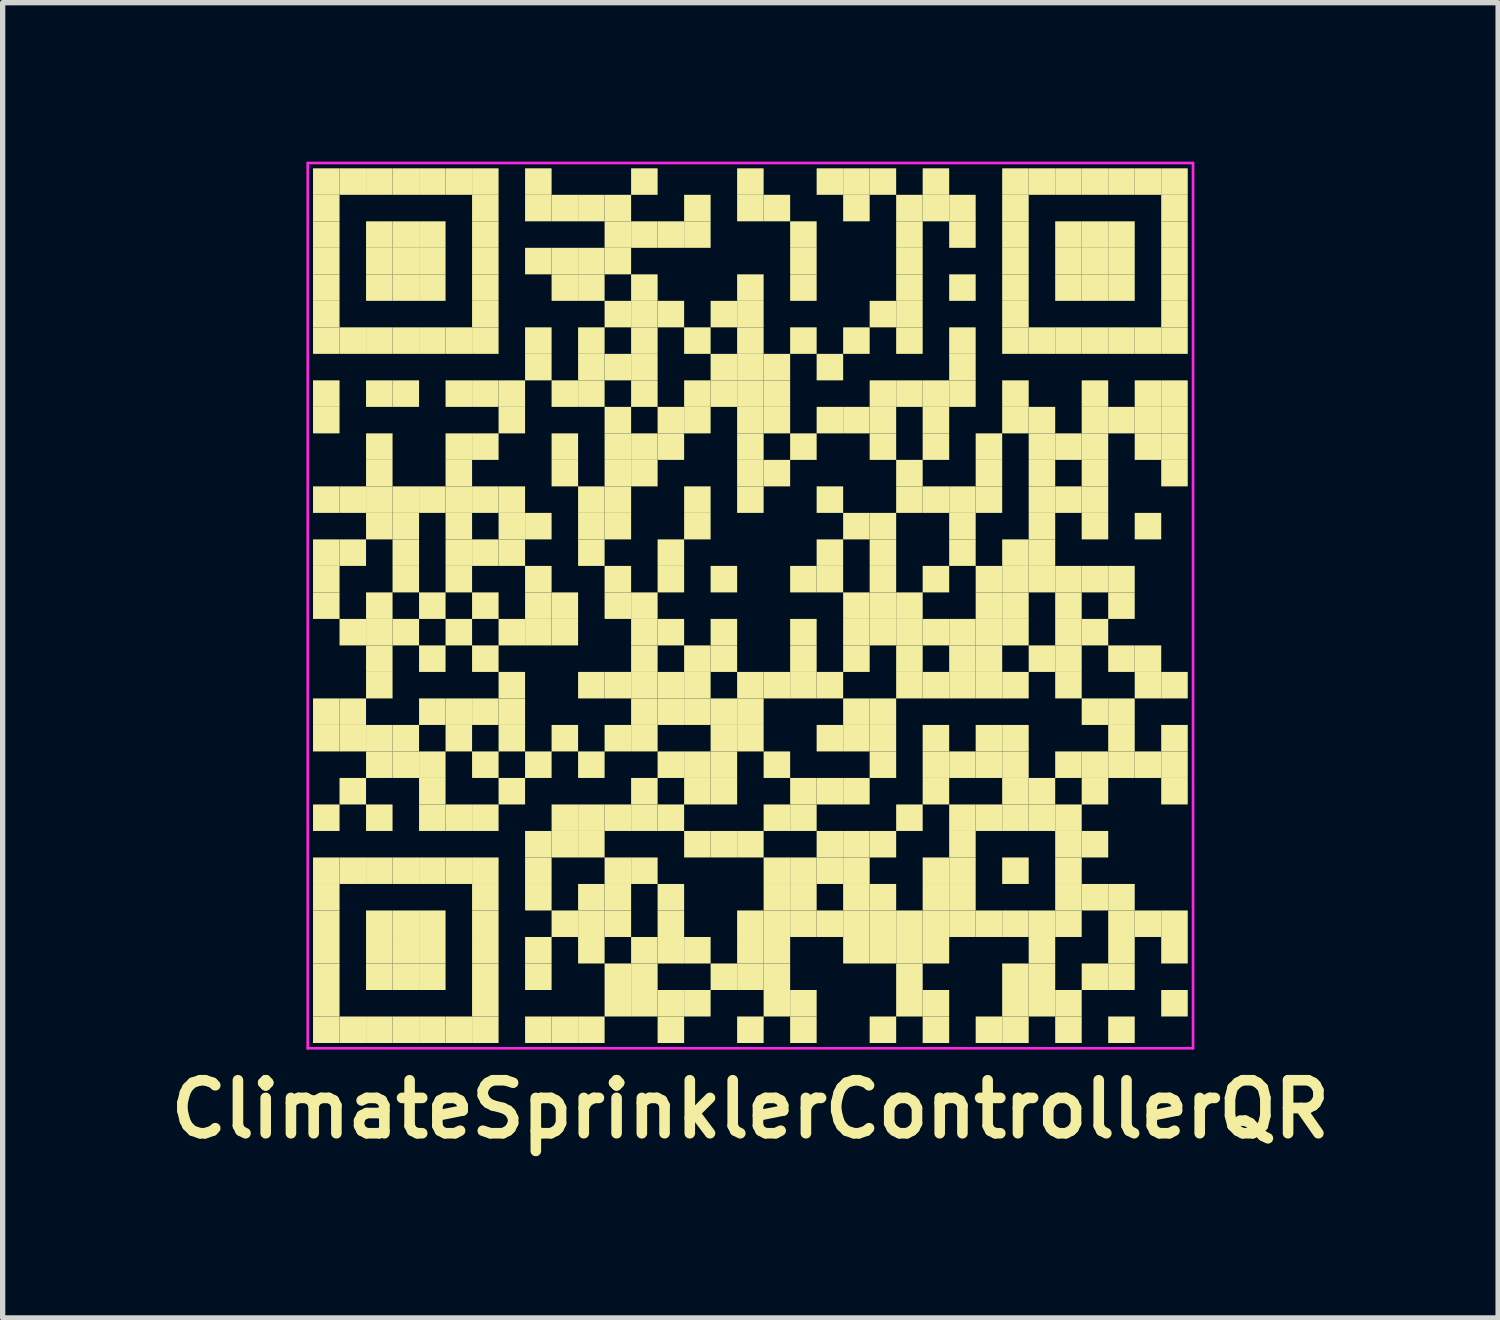
<source format=kicad_pcb>
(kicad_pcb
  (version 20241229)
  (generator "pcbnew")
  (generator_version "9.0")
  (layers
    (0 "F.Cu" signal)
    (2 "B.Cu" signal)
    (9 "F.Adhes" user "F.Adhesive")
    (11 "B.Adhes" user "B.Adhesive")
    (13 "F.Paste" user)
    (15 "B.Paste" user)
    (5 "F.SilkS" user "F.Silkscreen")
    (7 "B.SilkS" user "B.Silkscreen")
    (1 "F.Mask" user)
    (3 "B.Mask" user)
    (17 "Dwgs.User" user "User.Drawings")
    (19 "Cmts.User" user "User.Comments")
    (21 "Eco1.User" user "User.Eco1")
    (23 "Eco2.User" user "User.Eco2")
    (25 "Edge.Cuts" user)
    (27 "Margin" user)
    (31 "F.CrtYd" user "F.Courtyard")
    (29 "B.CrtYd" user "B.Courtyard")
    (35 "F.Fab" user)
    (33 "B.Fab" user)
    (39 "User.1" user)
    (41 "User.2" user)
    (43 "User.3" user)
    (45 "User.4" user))
  (footprint "ClimateSprinklerControllerQR"
    (layer "F.Cu")
    (at 11.105 8.375)
    (property "Reference" "ClimateSprinklerControllerQR" (at 0 9.5 0) (layer "F.SilkS") (effects (font (size 1 1) (thickness 0.2))))
    (attr through_hole)
    (fp_poly (pts (xy -7.75 -7.75) (xy -7.75 -8.25) (xy -8.25 -8.25) (xy -8.25 -7.75)) (stroke (width 0) (type solid)) (fill yes) (layer "F.SilkS"))
    (fp_poly (pts (xy -7.75 -7.25) (xy -7.75 -7.75) (xy -8.25 -7.75) (xy -8.25 -7.25)) (stroke (width 0) (type solid)) (fill yes) (layer "F.SilkS"))
    (fp_poly (pts (xy -7.75 -6.75) (xy -7.75 -7.25) (xy -8.25 -7.25) (xy -8.25 -6.75)) (stroke (width 0) (type solid)) (fill yes) (layer "F.SilkS"))
    (fp_poly (pts (xy -7.75 -6.25) (xy -7.75 -6.75) (xy -8.25 -6.75) (xy -8.25 -6.25)) (stroke (width 0) (type solid)) (fill yes) (layer "F.SilkS"))
    (fp_poly (pts (xy -7.75 -5.75) (xy -7.75 -6.25) (xy -8.25 -6.25) (xy -8.25 -5.75)) (stroke (width 0) (type solid)) (fill yes) (layer "F.SilkS"))
    (fp_poly (pts (xy -7.75 -5.25) (xy -7.75 -5.75) (xy -8.25 -5.75) (xy -8.25 -5.25)) (stroke (width 0) (type solid)) (fill yes) (layer "F.SilkS"))
    (fp_poly (pts (xy -7.75 -4.75) (xy -7.75 -5.25) (xy -8.25 -5.25) (xy -8.25 -4.75)) (stroke (width 0) (type solid)) (fill yes) (layer "F.SilkS"))
    (fp_poly (pts (xy -7.75 -3.75) (xy -7.75 -4.25) (xy -8.25 -4.25) (xy -8.25 -3.75)) (stroke (width 0) (type solid)) (fill yes) (layer "F.SilkS"))
    (fp_poly (pts (xy -7.75 -3.25) (xy -7.75 -3.75) (xy -8.25 -3.75) (xy -8.25 -3.25)) (stroke (width 0) (type solid)) (fill yes) (layer "F.SilkS"))
    (fp_poly (pts (xy -7.75 -1.75) (xy -7.75 -2.25) (xy -8.25 -2.25) (xy -8.25 -1.75)) (stroke (width 0) (type solid)) (fill yes) (layer "F.SilkS"))
    (fp_poly (pts (xy -7.75 -0.75) (xy -7.75 -1.25) (xy -8.25 -1.25) (xy -8.25 -0.75)) (stroke (width 0) (type solid)) (fill yes) (layer "F.SilkS"))
    (fp_poly (pts (xy -7.75 -0.25) (xy -7.75 -0.75) (xy -8.25 -0.75) (xy -8.25 -0.25)) (stroke (width 0) (type solid)) (fill yes) (layer "F.SilkS"))
    (fp_poly (pts (xy -7.75 0.25) (xy -7.75 -0.25) (xy -8.25 -0.25) (xy -8.25 0.25)) (stroke (width 0) (type solid)) (fill yes) (layer "F.SilkS"))
    (fp_poly (pts (xy -7.75 2.25) (xy -7.75 1.75) (xy -8.25 1.75) (xy -8.25 2.25)) (stroke (width 0) (type solid)) (fill yes) (layer "F.SilkS"))
    (fp_poly (pts (xy -7.75 2.75) (xy -7.75 2.25) (xy -8.25 2.25) (xy -8.25 2.75)) (stroke (width 0) (type solid)) (fill yes) (layer "F.SilkS"))
    (fp_poly (pts (xy -7.75 4.25) (xy -7.75 3.75) (xy -8.25 3.75) (xy -8.25 4.25)) (stroke (width 0) (type solid)) (fill yes) (layer "F.SilkS"))
    (fp_poly (pts (xy -7.75 5.25) (xy -7.75 4.75) (xy -8.25 4.75) (xy -8.25 5.25)) (stroke (width 0) (type solid)) (fill yes) (layer "F.SilkS"))
    (fp_poly (pts (xy -7.75 5.75) (xy -7.75 5.25) (xy -8.25 5.25) (xy -8.25 5.75)) (stroke (width 0) (type solid)) (fill yes) (layer "F.SilkS"))
    (fp_poly (pts (xy -7.75 6.25) (xy -7.75 5.75) (xy -8.25 5.75) (xy -8.25 6.25)) (stroke (width 0) (type solid)) (fill yes) (layer "F.SilkS"))
    (fp_poly (pts (xy -7.75 6.75) (xy -7.75 6.25) (xy -8.25 6.25) (xy -8.25 6.75)) (stroke (width 0) (type solid)) (fill yes) (layer "F.SilkS"))
    (fp_poly (pts (xy -7.75 7.25) (xy -7.75 6.75) (xy -8.25 6.75) (xy -8.25 7.25)) (stroke (width 0) (type solid)) (fill yes) (layer "F.SilkS"))
    (fp_poly (pts (xy -7.75 7.75) (xy -7.75 7.25) (xy -8.25 7.25) (xy -8.25 7.75)) (stroke (width 0) (type solid)) (fill yes) (layer "F.SilkS"))
    (fp_poly (pts (xy -7.75 8.25) (xy -7.75 7.75) (xy -8.25 7.75) (xy -8.25 8.25)) (stroke (width 0) (type solid)) (fill yes) (layer "F.SilkS"))
    (fp_poly (pts (xy -7.25 -7.75) (xy -7.25 -8.25) (xy -7.75 -8.25) (xy -7.75 -7.75)) (stroke (width 0) (type solid)) (fill yes) (layer "F.SilkS"))
    (fp_poly (pts (xy -7.25 -4.75) (xy -7.25 -5.25) (xy -7.75 -5.25) (xy -7.75 -4.75)) (stroke (width 0) (type solid)) (fill yes) (layer "F.SilkS"))
    (fp_poly (pts (xy -7.25 -1.75) (xy -7.25 -2.25) (xy -7.75 -2.25) (xy -7.75 -1.75)) (stroke (width 0) (type solid)) (fill yes) (layer "F.SilkS"))
    (fp_poly (pts (xy -7.25 -0.75) (xy -7.25 -1.25) (xy -7.75 -1.25) (xy -7.75 -0.75)) (stroke (width 0) (type solid)) (fill yes) (layer "F.SilkS"))
    (fp_poly (pts (xy -7.25 0.75) (xy -7.25 0.25) (xy -7.75 0.25) (xy -7.75 0.75)) (stroke (width 0) (type solid)) (fill yes) (layer "F.SilkS"))
    (fp_poly (pts (xy -7.25 2.25) (xy -7.25 1.75) (xy -7.75 1.75) (xy -7.75 2.25)) (stroke (width 0) (type solid)) (fill yes) (layer "F.SilkS"))
    (fp_poly (pts (xy -7.25 2.75) (xy -7.25 2.25) (xy -7.75 2.25) (xy -7.75 2.75)) (stroke (width 0) (type solid)) (fill yes) (layer "F.SilkS"))
    (fp_poly (pts (xy -7.25 3.75) (xy -7.25 3.25) (xy -7.75 3.25) (xy -7.75 3.75)) (stroke (width 0) (type solid)) (fill yes) (layer "F.SilkS"))
    (fp_poly (pts (xy -7.25 5.25) (xy -7.25 4.75) (xy -7.75 4.75) (xy -7.75 5.25)) (stroke (width 0) (type solid)) (fill yes) (layer "F.SilkS"))
    (fp_poly (pts (xy -7.25 8.25) (xy -7.25 7.75) (xy -7.75 7.75) (xy -7.75 8.25)) (stroke (width 0) (type solid)) (fill yes) (layer "F.SilkS"))
    (fp_poly (pts (xy -6.75 -7.75) (xy -6.75 -8.25) (xy -7.25 -8.25) (xy -7.25 -7.75)) (stroke (width 0) (type solid)) (fill yes) (layer "F.SilkS"))
    (fp_poly (pts (xy -6.75 -6.75) (xy -6.75 -7.25) (xy -7.25 -7.25) (xy -7.25 -6.75)) (stroke (width 0) (type solid)) (fill yes) (layer "F.SilkS"))
    (fp_poly (pts (xy -6.75 -6.25) (xy -6.75 -6.75) (xy -7.25 -6.75) (xy -7.25 -6.25)) (stroke (width 0) (type solid)) (fill yes) (layer "F.SilkS"))
    (fp_poly (pts (xy -6.75 -5.75) (xy -6.75 -6.25) (xy -7.25 -6.25) (xy -7.25 -5.75)) (stroke (width 0) (type solid)) (fill yes) (layer "F.SilkS"))
    (fp_poly (pts (xy -6.75 -4.75) (xy -6.75 -5.25) (xy -7.25 -5.25) (xy -7.25 -4.75)) (stroke (width 0) (type solid)) (fill yes) (layer "F.SilkS"))
    (fp_poly (pts (xy -6.75 -3.75) (xy -6.75 -4.25) (xy -7.25 -4.25) (xy -7.25 -3.75)) (stroke (width 0) (type solid)) (fill yes) (layer "F.SilkS"))
    (fp_poly (pts (xy -6.75 -2.75) (xy -6.75 -3.25) (xy -7.25 -3.25) (xy -7.25 -2.75)) (stroke (width 0) (type solid)) (fill yes) (layer "F.SilkS"))
    (fp_poly (pts (xy -6.75 -2.25) (xy -6.75 -2.75) (xy -7.25 -2.75) (xy -7.25 -2.25)) (stroke (width 0) (type solid)) (fill yes) (layer "F.SilkS"))
    (fp_poly (pts (xy -6.75 -1.75) (xy -6.75 -2.25) (xy -7.25 -2.25) (xy -7.25 -1.75)) (stroke (width 0) (type solid)) (fill yes) (layer "F.SilkS"))
    (fp_poly (pts (xy -6.75 -1.25) (xy -6.75 -1.75) (xy -7.25 -1.75) (xy -7.25 -1.25)) (stroke (width 0) (type solid)) (fill yes) (layer "F.SilkS"))
    (fp_poly (pts (xy -6.75 0.25) (xy -6.75 -0.25) (xy -7.25 -0.25) (xy -7.25 0.25)) (stroke (width 0) (type solid)) (fill yes) (layer "F.SilkS"))
    (fp_poly (pts (xy -6.75 0.75) (xy -6.75 0.25) (xy -7.25 0.25) (xy -7.25 0.75)) (stroke (width 0) (type solid)) (fill yes) (layer "F.SilkS"))
    (fp_poly (pts (xy -6.75 1.25) (xy -6.75 0.75) (xy -7.25 0.75) (xy -7.25 1.25)) (stroke (width 0) (type solid)) (fill yes) (layer "F.SilkS"))
    (fp_poly (pts (xy -6.75 1.75) (xy -6.75 1.25) (xy -7.25 1.25) (xy -7.25 1.75)) (stroke (width 0) (type solid)) (fill yes) (layer "F.SilkS"))
    (fp_poly (pts (xy -6.75 2.75) (xy -6.75 2.25) (xy -7.25 2.25) (xy -7.25 2.75)) (stroke (width 0) (type solid)) (fill yes) (layer "F.SilkS"))
    (fp_poly (pts (xy -6.75 3.25) (xy -6.75 2.75) (xy -7.25 2.75) (xy -7.25 3.25)) (stroke (width 0) (type solid)) (fill yes) (layer "F.SilkS"))
    (fp_poly (pts (xy -6.75 4.25) (xy -6.75 3.75) (xy -7.25 3.75) (xy -7.25 4.25)) (stroke (width 0) (type solid)) (fill yes) (layer "F.SilkS"))
    (fp_poly (pts (xy -6.75 5.25) (xy -6.75 4.75) (xy -7.25 4.75) (xy -7.25 5.25)) (stroke (width 0) (type solid)) (fill yes) (layer "F.SilkS"))
    (fp_poly (pts (xy -6.75 6.25) (xy -6.75 5.75) (xy -7.25 5.75) (xy -7.25 6.25)) (stroke (width 0) (type solid)) (fill yes) (layer "F.SilkS"))
    (fp_poly (pts (xy -6.75 6.75) (xy -6.75 6.25) (xy -7.25 6.25) (xy -7.25 6.75)) (stroke (width 0) (type solid)) (fill yes) (layer "F.SilkS"))
    (fp_poly (pts (xy -6.75 7.25) (xy -6.75 6.75) (xy -7.25 6.75) (xy -7.25 7.25)) (stroke (width 0) (type solid)) (fill yes) (layer "F.SilkS"))
    (fp_poly (pts (xy -6.75 8.25) (xy -6.75 7.75) (xy -7.25 7.75) (xy -7.25 8.25)) (stroke (width 0) (type solid)) (fill yes) (layer "F.SilkS"))
    (fp_poly (pts (xy -6.25 -7.75) (xy -6.25 -8.25) (xy -6.75 -8.25) (xy -6.75 -7.75)) (stroke (width 0) (type solid)) (fill yes) (layer "F.SilkS"))
    (fp_poly (pts (xy -6.25 -6.75) (xy -6.25 -7.25) (xy -6.75 -7.25) (xy -6.75 -6.75)) (stroke (width 0) (type solid)) (fill yes) (layer "F.SilkS"))
    (fp_poly (pts (xy -6.25 -6.25) (xy -6.25 -6.75) (xy -6.75 -6.75) (xy -6.75 -6.25)) (stroke (width 0) (type solid)) (fill yes) (layer "F.SilkS"))
    (fp_poly (pts (xy -6.25 -5.75) (xy -6.25 -6.25) (xy -6.75 -6.25) (xy -6.75 -5.75)) (stroke (width 0) (type solid)) (fill yes) (layer "F.SilkS"))
    (fp_poly (pts (xy -6.25 -4.75) (xy -6.25 -5.25) (xy -6.75 -5.25) (xy -6.75 -4.75)) (stroke (width 0) (type solid)) (fill yes) (layer "F.SilkS"))
    (fp_poly (pts (xy -6.25 -3.75) (xy -6.25 -4.25) (xy -6.75 -4.25) (xy -6.75 -3.75)) (stroke (width 0) (type solid)) (fill yes) (layer "F.SilkS"))
    (fp_poly (pts (xy -6.25 -1.75) (xy -6.25 -2.25) (xy -6.75 -2.25) (xy -6.75 -1.75)) (stroke (width 0) (type solid)) (fill yes) (layer "F.SilkS"))
    (fp_poly (pts (xy -6.25 -1.25) (xy -6.25 -1.75) (xy -6.75 -1.75) (xy -6.75 -1.25)) (stroke (width 0) (type solid)) (fill yes) (layer "F.SilkS"))
    (fp_poly (pts (xy -6.25 -0.75) (xy -6.25 -1.25) (xy -6.75 -1.25) (xy -6.75 -0.75)) (stroke (width 0) (type solid)) (fill yes) (layer "F.SilkS"))
    (fp_poly (pts (xy -6.25 -0.25) (xy -6.25 -0.75) (xy -6.75 -0.75) (xy -6.75 -0.25)) (stroke (width 0) (type solid)) (fill yes) (layer "F.SilkS"))
    (fp_poly (pts (xy -6.25 0.75) (xy -6.25 0.25) (xy -6.75 0.25) (xy -6.75 0.75)) (stroke (width 0) (type solid)) (fill yes) (layer "F.SilkS"))
    (fp_poly (pts (xy -6.25 2.75) (xy -6.25 2.25) (xy -6.75 2.25) (xy -6.75 2.75)) (stroke (width 0) (type solid)) (fill yes) (layer "F.SilkS"))
    (fp_poly (pts (xy -6.25 3.25) (xy -6.25 2.75) (xy -6.75 2.75) (xy -6.75 3.25)) (stroke (width 0) (type solid)) (fill yes) (layer "F.SilkS"))
    (fp_poly (pts (xy -6.25 5.25) (xy -6.25 4.75) (xy -6.75 4.75) (xy -6.75 5.25)) (stroke (width 0) (type solid)) (fill yes) (layer "F.SilkS"))
    (fp_poly (pts (xy -6.25 6.25) (xy -6.25 5.75) (xy -6.75 5.75) (xy -6.75 6.25)) (stroke (width 0) (type solid)) (fill yes) (layer "F.SilkS"))
    (fp_poly (pts (xy -6.25 6.75) (xy -6.25 6.25) (xy -6.75 6.25) (xy -6.75 6.75)) (stroke (width 0) (type solid)) (fill yes) (layer "F.SilkS"))
    (fp_poly (pts (xy -6.25 7.25) (xy -6.25 6.75) (xy -6.75 6.75) (xy -6.75 7.25)) (stroke (width 0) (type solid)) (fill yes) (layer "F.SilkS"))
    (fp_poly (pts (xy -6.25 8.25) (xy -6.25 7.75) (xy -6.75 7.75) (xy -6.75 8.25)) (stroke (width 0) (type solid)) (fill yes) (layer "F.SilkS"))
    (fp_poly (pts (xy -5.75 -7.75) (xy -5.75 -8.25) (xy -6.25 -8.25) (xy -6.25 -7.75)) (stroke (width 0) (type solid)) (fill yes) (layer "F.SilkS"))
    (fp_poly (pts (xy -5.75 -6.75) (xy -5.75 -7.25) (xy -6.25 -7.25) (xy -6.25 -6.75)) (stroke (width 0) (type solid)) (fill yes) (layer "F.SilkS"))
    (fp_poly (pts (xy -5.75 -6.25) (xy -5.75 -6.75) (xy -6.25 -6.75) (xy -6.25 -6.25)) (stroke (width 0) (type solid)) (fill yes) (layer "F.SilkS"))
    (fp_poly (pts (xy -5.75 -5.75) (xy -5.75 -6.25) (xy -6.25 -6.25) (xy -6.25 -5.75)) (stroke (width 0) (type solid)) (fill yes) (layer "F.SilkS"))
    (fp_poly (pts (xy -5.75 -4.75) (xy -5.75 -5.25) (xy -6.25 -5.25) (xy -6.25 -4.75)) (stroke (width 0) (type solid)) (fill yes) (layer "F.SilkS"))
    (fp_poly (pts (xy -5.75 -1.75) (xy -5.75 -2.25) (xy -6.25 -2.25) (xy -6.25 -1.75)) (stroke (width 0) (type solid)) (fill yes) (layer "F.SilkS"))
    (fp_poly (pts (xy -5.75 0.25) (xy -5.75 -0.25) (xy -6.25 -0.25) (xy -6.25 0.25)) (stroke (width 0) (type solid)) (fill yes) (layer "F.SilkS"))
    (fp_poly (pts (xy -5.75 1.25) (xy -5.75 0.75) (xy -6.25 0.75) (xy -6.25 1.25)) (stroke (width 0) (type solid)) (fill yes) (layer "F.SilkS"))
    (fp_poly (pts (xy -5.75 2.25) (xy -5.75 1.75) (xy -6.25 1.75) (xy -6.25 2.25)) (stroke (width 0) (type solid)) (fill yes) (layer "F.SilkS"))
    (fp_poly (pts (xy -5.75 3.25) (xy -5.75 2.75) (xy -6.25 2.75) (xy -6.25 3.25)) (stroke (width 0) (type solid)) (fill yes) (layer "F.SilkS"))
    (fp_poly (pts (xy -5.75 3.75) (xy -5.75 3.25) (xy -6.25 3.25) (xy -6.25 3.75)) (stroke (width 0) (type solid)) (fill yes) (layer "F.SilkS"))
    (fp_poly (pts (xy -5.75 4.25) (xy -5.75 3.75) (xy -6.25 3.75) (xy -6.25 4.25)) (stroke (width 0) (type solid)) (fill yes) (layer "F.SilkS"))
    (fp_poly (pts (xy -5.75 5.25) (xy -5.75 4.75) (xy -6.25 4.75) (xy -6.25 5.25)) (stroke (width 0) (type solid)) (fill yes) (layer "F.SilkS"))
    (fp_poly (pts (xy -5.75 6.25) (xy -5.75 5.75) (xy -6.25 5.75) (xy -6.25 6.25)) (stroke (width 0) (type solid)) (fill yes) (layer "F.SilkS"))
    (fp_poly (pts (xy -5.75 6.75) (xy -5.75 6.25) (xy -6.25 6.25) (xy -6.25 6.75)) (stroke (width 0) (type solid)) (fill yes) (layer "F.SilkS"))
    (fp_poly (pts (xy -5.75 7.25) (xy -5.75 6.75) (xy -6.25 6.75) (xy -6.25 7.25)) (stroke (width 0) (type solid)) (fill yes) (layer "F.SilkS"))
    (fp_poly (pts (xy -5.75 8.25) (xy -5.75 7.75) (xy -6.25 7.75) (xy -6.25 8.25)) (stroke (width 0) (type solid)) (fill yes) (layer "F.SilkS"))
    (fp_poly (pts (xy -5.25 -7.75) (xy -5.25 -8.25) (xy -5.75 -8.25) (xy -5.75 -7.75)) (stroke (width 0) (type solid)) (fill yes) (layer "F.SilkS"))
    (fp_poly (pts (xy -5.25 -4.75) (xy -5.25 -5.25) (xy -5.75 -5.25) (xy -5.75 -4.75)) (stroke (width 0) (type solid)) (fill yes) (layer "F.SilkS"))
    (fp_poly (pts (xy -5.25 -3.75) (xy -5.25 -4.25) (xy -5.75 -4.25) (xy -5.75 -3.75)) (stroke (width 0) (type solid)) (fill yes) (layer "F.SilkS"))
    (fp_poly (pts (xy -5.25 -2.75) (xy -5.25 -3.25) (xy -5.75 -3.25) (xy -5.75 -2.75)) (stroke (width 0) (type solid)) (fill yes) (layer "F.SilkS"))
    (fp_poly (pts (xy -5.25 -2.25) (xy -5.25 -2.75) (xy -5.75 -2.75) (xy -5.75 -2.25)) (stroke (width 0) (type solid)) (fill yes) (layer "F.SilkS"))
    (fp_poly (pts (xy -5.25 -1.75) (xy -5.25 -2.25) (xy -5.75 -2.25) (xy -5.75 -1.75)) (stroke (width 0) (type solid)) (fill yes) (layer "F.SilkS"))
    (fp_poly (pts (xy -5.25 -1.25) (xy -5.25 -1.75) (xy -5.75 -1.75) (xy -5.75 -1.25)) (stroke (width 0) (type solid)) (fill yes) (layer "F.SilkS"))
    (fp_poly (pts (xy -5.25 -0.75) (xy -5.25 -1.25) (xy -5.75 -1.25) (xy -5.75 -0.75)) (stroke (width 0) (type solid)) (fill yes) (layer "F.SilkS"))
    (fp_poly (pts (xy -5.25 -0.25) (xy -5.25 -0.75) (xy -5.75 -0.75) (xy -5.75 -0.25)) (stroke (width 0) (type solid)) (fill yes) (layer "F.SilkS"))
    (fp_poly (pts (xy -5.25 0.75) (xy -5.25 0.25) (xy -5.75 0.25) (xy -5.75 0.75)) (stroke (width 0) (type solid)) (fill yes) (layer "F.SilkS"))
    (fp_poly (pts (xy -5.25 2.25) (xy -5.25 1.75) (xy -5.75 1.75) (xy -5.75 2.25)) (stroke (width 0) (type solid)) (fill yes) (layer "F.SilkS"))
    (fp_poly (pts (xy -5.25 2.75) (xy -5.25 2.25) (xy -5.75 2.25) (xy -5.75 2.75)) (stroke (width 0) (type solid)) (fill yes) (layer "F.SilkS"))
    (fp_poly (pts (xy -5.25 4.25) (xy -5.25 3.75) (xy -5.75 3.75) (xy -5.75 4.25)) (stroke (width 0) (type solid)) (fill yes) (layer "F.SilkS"))
    (fp_poly (pts (xy -5.25 5.25) (xy -5.25 4.75) (xy -5.75 4.75) (xy -5.75 5.25)) (stroke (width 0) (type solid)) (fill yes) (layer "F.SilkS"))
    (fp_poly (pts (xy -5.25 8.25) (xy -5.25 7.75) (xy -5.75 7.75) (xy -5.75 8.25)) (stroke (width 0) (type solid)) (fill yes) (layer "F.SilkS"))
    (fp_poly (pts (xy -4.75 -7.75) (xy -4.75 -8.25) (xy -5.25 -8.25) (xy -5.25 -7.75)) (stroke (width 0) (type solid)) (fill yes) (layer "F.SilkS"))
    (fp_poly (pts (xy -4.75 -7.25) (xy -4.75 -7.75) (xy -5.25 -7.75) (xy -5.25 -7.25)) (stroke (width 0) (type solid)) (fill yes) (layer "F.SilkS"))
    (fp_poly (pts (xy -4.75 -6.75) (xy -4.75 -7.25) (xy -5.25 -7.25) (xy -5.25 -6.75)) (stroke (width 0) (type solid)) (fill yes) (layer "F.SilkS"))
    (fp_poly (pts (xy -4.75 -6.25) (xy -4.75 -6.75) (xy -5.25 -6.75) (xy -5.25 -6.25)) (stroke (width 0) (type solid)) (fill yes) (layer "F.SilkS"))
    (fp_poly (pts (xy -4.75 -5.75) (xy -4.75 -6.25) (xy -5.25 -6.25) (xy -5.25 -5.75)) (stroke (width 0) (type solid)) (fill yes) (layer "F.SilkS"))
    (fp_poly (pts (xy -4.75 -5.25) (xy -4.75 -5.75) (xy -5.25 -5.75) (xy -5.25 -5.25)) (stroke (width 0) (type solid)) (fill yes) (layer "F.SilkS"))
    (fp_poly (pts (xy -4.75 -4.75) (xy -4.75 -5.25) (xy -5.25 -5.25) (xy -5.25 -4.75)) (stroke (width 0) (type solid)) (fill yes) (layer "F.SilkS"))
    (fp_poly (pts (xy -4.75 -3.75) (xy -4.75 -4.25) (xy -5.25 -4.25) (xy -5.25 -3.75)) (stroke (width 0) (type solid)) (fill yes) (layer "F.SilkS"))
    (fp_poly (pts (xy -4.75 -2.75) (xy -4.75 -3.25) (xy -5.25 -3.25) (xy -5.25 -2.75)) (stroke (width 0) (type solid)) (fill yes) (layer "F.SilkS"))
    (fp_poly (pts (xy -4.75 -1.75) (xy -4.75 -2.25) (xy -5.25 -2.25) (xy -5.25 -1.75)) (stroke (width 0) (type solid)) (fill yes) (layer "F.SilkS"))
    (fp_poly (pts (xy -4.75 -0.75) (xy -4.75 -1.25) (xy -5.25 -1.25) (xy -5.25 -0.75)) (stroke (width 0) (type solid)) (fill yes) (layer "F.SilkS"))
    (fp_poly (pts (xy -4.75 0.25) (xy -4.75 -0.25) (xy -5.25 -0.25) (xy -5.25 0.25)) (stroke (width 0) (type solid)) (fill yes) (layer "F.SilkS"))
    (fp_poly (pts (xy -4.75 1.25) (xy -4.75 0.75) (xy -5.25 0.75) (xy -5.25 1.25)) (stroke (width 0) (type solid)) (fill yes) (layer "F.SilkS"))
    (fp_poly (pts (xy -4.75 2.25) (xy -4.75 1.75) (xy -5.25 1.75) (xy -5.25 2.25)) (stroke (width 0) (type solid)) (fill yes) (layer "F.SilkS"))
    (fp_poly (pts (xy -4.75 3.25) (xy -4.75 2.75) (xy -5.25 2.75) (xy -5.25 3.25)) (stroke (width 0) (type solid)) (fill yes) (layer "F.SilkS"))
    (fp_poly (pts (xy -4.75 4.25) (xy -4.75 3.75) (xy -5.25 3.75) (xy -5.25 4.25)) (stroke (width 0) (type solid)) (fill yes) (layer "F.SilkS"))
    (fp_poly (pts (xy -4.75 5.25) (xy -4.75 4.75) (xy -5.25 4.75) (xy -5.25 5.25)) (stroke (width 0) (type solid)) (fill yes) (layer "F.SilkS"))
    (fp_poly (pts (xy -4.75 5.75) (xy -4.75 5.25) (xy -5.25 5.25) (xy -5.25 5.75)) (stroke (width 0) (type solid)) (fill yes) (layer "F.SilkS"))
    (fp_poly (pts (xy -4.75 6.25) (xy -4.75 5.75) (xy -5.25 5.75) (xy -5.25 6.25)) (stroke (width 0) (type solid)) (fill yes) (layer "F.SilkS"))
    (fp_poly (pts (xy -4.75 6.75) (xy -4.75 6.25) (xy -5.25 6.25) (xy -5.25 6.75)) (stroke (width 0) (type solid)) (fill yes) (layer "F.SilkS"))
    (fp_poly (pts (xy -4.75 7.25) (xy -4.75 6.75) (xy -5.25 6.75) (xy -5.25 7.25)) (stroke (width 0) (type solid)) (fill yes) (layer "F.SilkS"))
    (fp_poly (pts (xy -4.75 7.75) (xy -4.75 7.25) (xy -5.25 7.25) (xy -5.25 7.75)) (stroke (width 0) (type solid)) (fill yes) (layer "F.SilkS"))
    (fp_poly (pts (xy -4.75 8.25) (xy -4.75 7.75) (xy -5.25 7.75) (xy -5.25 8.25)) (stroke (width 0) (type solid)) (fill yes) (layer "F.SilkS"))
    (fp_poly (pts (xy -4.25 -3.75) (xy -4.25 -4.25) (xy -4.75 -4.25) (xy -4.75 -3.75)) (stroke (width 0) (type solid)) (fill yes) (layer "F.SilkS"))
    (fp_poly (pts (xy -4.25 -3.25) (xy -4.25 -3.75) (xy -4.75 -3.75) (xy -4.75 -3.25)) (stroke (width 0) (type solid)) (fill yes) (layer "F.SilkS"))
    (fp_poly (pts (xy -4.25 -1.75) (xy -4.25 -2.25) (xy -4.75 -2.25) (xy -4.75 -1.75)) (stroke (width 0) (type solid)) (fill yes) (layer "F.SilkS"))
    (fp_poly (pts (xy -4.25 -1.25) (xy -4.25 -1.75) (xy -4.75 -1.75) (xy -4.75 -1.25)) (stroke (width 0) (type solid)) (fill yes) (layer "F.SilkS"))
    (fp_poly (pts (xy -4.25 -0.75) (xy -4.25 -1.25) (xy -4.75 -1.25) (xy -4.75 -0.75)) (stroke (width 0) (type solid)) (fill yes) (layer "F.SilkS"))
    (fp_poly (pts (xy -4.25 0.75) (xy -4.25 0.25) (xy -4.75 0.25) (xy -4.75 0.75)) (stroke (width 0) (type solid)) (fill yes) (layer "F.SilkS"))
    (fp_poly (pts (xy -4.25 1.75) (xy -4.25 1.25) (xy -4.75 1.25) (xy -4.75 1.75)) (stroke (width 0) (type solid)) (fill yes) (layer "F.SilkS"))
    (fp_poly (pts (xy -4.25 2.25) (xy -4.25 1.75) (xy -4.75 1.75) (xy -4.75 2.25)) (stroke (width 0) (type solid)) (fill yes) (layer "F.SilkS"))
    (fp_poly (pts (xy -4.25 2.75) (xy -4.25 2.25) (xy -4.75 2.25) (xy -4.75 2.75)) (stroke (width 0) (type solid)) (fill yes) (layer "F.SilkS"))
    (fp_poly (pts (xy -4.25 3.75) (xy -4.25 3.25) (xy -4.75 3.25) (xy -4.75 3.75)) (stroke (width 0) (type solid)) (fill yes) (layer "F.SilkS"))
    (fp_poly (pts (xy -3.75 -7.75) (xy -3.75 -8.25) (xy -4.25 -8.25) (xy -4.25 -7.75)) (stroke (width 0) (type solid)) (fill yes) (layer "F.SilkS"))
    (fp_poly (pts (xy -3.75 -7.25) (xy -3.75 -7.75) (xy -4.25 -7.75) (xy -4.25 -7.25)) (stroke (width 0) (type solid)) (fill yes) (layer "F.SilkS"))
    (fp_poly (pts (xy -3.75 -6.25) (xy -3.75 -6.75) (xy -4.25 -6.75) (xy -4.25 -6.25)) (stroke (width 0) (type solid)) (fill yes) (layer "F.SilkS"))
    (fp_poly (pts (xy -3.75 -4.75) (xy -3.75 -5.25) (xy -4.25 -5.25) (xy -4.25 -4.75)) (stroke (width 0) (type solid)) (fill yes) (layer "F.SilkS"))
    (fp_poly (pts (xy -3.75 -4.25) (xy -3.75 -4.75) (xy -4.25 -4.75) (xy -4.25 -4.25)) (stroke (width 0) (type solid)) (fill yes) (layer "F.SilkS"))
    (fp_poly (pts (xy -3.75 -1.25) (xy -3.75 -1.75) (xy -4.25 -1.75) (xy -4.25 -1.25)) (stroke (width 0) (type solid)) (fill yes) (layer "F.SilkS"))
    (fp_poly (pts (xy -3.75 -0.25) (xy -3.75 -0.75) (xy -4.25 -0.75) (xy -4.25 -0.25)) (stroke (width 0) (type solid)) (fill yes) (layer "F.SilkS"))
    (fp_poly (pts (xy -3.75 0.25) (xy -3.75 -0.25) (xy -4.25 -0.25) (xy -4.25 0.25)) (stroke (width 0) (type solid)) (fill yes) (layer "F.SilkS"))
    (fp_poly (pts (xy -3.75 0.75) (xy -3.75 0.25) (xy -4.25 0.25) (xy -4.25 0.75)) (stroke (width 0) (type solid)) (fill yes) (layer "F.SilkS"))
    (fp_poly (pts (xy -3.75 3.25) (xy -3.75 2.75) (xy -4.25 2.75) (xy -4.25 3.25)) (stroke (width 0) (type solid)) (fill yes) (layer "F.SilkS"))
    (fp_poly (pts (xy -3.75 4.75) (xy -3.75 4.25) (xy -4.25 4.25) (xy -4.25 4.75)) (stroke (width 0) (type solid)) (fill yes) (layer "F.SilkS"))
    (fp_poly (pts (xy -3.75 5.25) (xy -3.75 4.75) (xy -4.25 4.75) (xy -4.25 5.25)) (stroke (width 0) (type solid)) (fill yes) (layer "F.SilkS"))
    (fp_poly (pts (xy -3.75 5.75) (xy -3.75 5.25) (xy -4.25 5.25) (xy -4.25 5.75)) (stroke (width 0) (type solid)) (fill yes) (layer "F.SilkS"))
    (fp_poly (pts (xy -3.75 6.75) (xy -3.75 6.25) (xy -4.25 6.25) (xy -4.25 6.75)) (stroke (width 0) (type solid)) (fill yes) (layer "F.SilkS"))
    (fp_poly (pts (xy -3.75 7.25) (xy -3.75 6.75) (xy -4.25 6.75) (xy -4.25 7.25)) (stroke (width 0) (type solid)) (fill yes) (layer "F.SilkS"))
    (fp_poly (pts (xy -3.75 8.25) (xy -3.75 7.75) (xy -4.25 7.75) (xy -4.25 8.25)) (stroke (width 0) (type solid)) (fill yes) (layer "F.SilkS"))
    (fp_poly (pts (xy -3.25 -7.25) (xy -3.25 -7.75) (xy -3.75 -7.75) (xy -3.75 -7.25)) (stroke (width 0) (type solid)) (fill yes) (layer "F.SilkS"))
    (fp_poly (pts (xy -3.25 -6.25) (xy -3.25 -6.75) (xy -3.75 -6.75) (xy -3.75 -6.25)) (stroke (width 0) (type solid)) (fill yes) (layer "F.SilkS"))
    (fp_poly (pts (xy -3.25 -5.75) (xy -3.25 -6.25) (xy -3.75 -6.25) (xy -3.75 -5.75)) (stroke (width 0) (type solid)) (fill yes) (layer "F.SilkS"))
    (fp_poly (pts (xy -3.25 -3.75) (xy -3.25 -4.25) (xy -3.75 -4.25) (xy -3.75 -3.75)) (stroke (width 0) (type solid)) (fill yes) (layer "F.SilkS"))
    (fp_poly (pts (xy -3.25 -2.75) (xy -3.25 -3.25) (xy -3.75 -3.25) (xy -3.75 -2.75)) (stroke (width 0) (type solid)) (fill yes) (layer "F.SilkS"))
    (fp_poly (pts (xy -3.25 -2.25) (xy -3.25 -2.75) (xy -3.75 -2.75) (xy -3.75 -2.25)) (stroke (width 0) (type solid)) (fill yes) (layer "F.SilkS"))
    (fp_poly (pts (xy -3.25 0.25) (xy -3.25 -0.25) (xy -3.75 -0.25) (xy -3.75 0.25)) (stroke (width 0) (type solid)) (fill yes) (layer "F.SilkS"))
    (fp_poly (pts (xy -3.25 0.75) (xy -3.25 0.25) (xy -3.75 0.25) (xy -3.75 0.75)) (stroke (width 0) (type solid)) (fill yes) (layer "F.SilkS"))
    (fp_poly (pts (xy -3.25 2.75) (xy -3.25 2.25) (xy -3.75 2.25) (xy -3.75 2.75)) (stroke (width 0) (type solid)) (fill yes) (layer "F.SilkS"))
    (fp_poly (pts (xy -3.25 4.25) (xy -3.25 3.75) (xy -3.75 3.75) (xy -3.75 4.25)) (stroke (width 0) (type solid)) (fill yes) (layer "F.SilkS"))
    (fp_poly (pts (xy -3.25 4.75) (xy -3.25 4.25) (xy -3.75 4.25) (xy -3.75 4.75)) (stroke (width 0) (type solid)) (fill yes) (layer "F.SilkS"))
    (fp_poly (pts (xy -3.25 6.25) (xy -3.25 5.75) (xy -3.75 5.75) (xy -3.75 6.25)) (stroke (width 0) (type solid)) (fill yes) (layer "F.SilkS"))
    (fp_poly (pts (xy -3.25 8.25) (xy -3.25 7.75) (xy -3.75 7.75) (xy -3.75 8.25)) (stroke (width 0) (type solid)) (fill yes) (layer "F.SilkS"))
    (fp_poly (pts (xy -2.75 -7.25) (xy -2.75 -7.75) (xy -3.25 -7.75) (xy -3.25 -7.25)) (stroke (width 0) (type solid)) (fill yes) (layer "F.SilkS"))
    (fp_poly (pts (xy -2.75 -6.25) (xy -2.75 -6.75) (xy -3.25 -6.75) (xy -3.25 -6.25)) (stroke (width 0) (type solid)) (fill yes) (layer "F.SilkS"))
    (fp_poly (pts (xy -2.75 -5.75) (xy -2.75 -6.25) (xy -3.25 -6.25) (xy -3.25 -5.75)) (stroke (width 0) (type solid)) (fill yes) (layer "F.SilkS"))
    (fp_poly (pts (xy -2.75 -4.75) (xy -2.75 -5.25) (xy -3.25 -5.25) (xy -3.25 -4.75)) (stroke (width 0) (type solid)) (fill yes) (layer "F.SilkS"))
    (fp_poly (pts (xy -2.75 -4.25) (xy -2.75 -4.75) (xy -3.25 -4.75) (xy -3.25 -4.25)) (stroke (width 0) (type solid)) (fill yes) (layer "F.SilkS"))
    (fp_poly (pts (xy -2.75 -3.75) (xy -2.75 -4.25) (xy -3.25 -4.25) (xy -3.25 -3.75)) (stroke (width 0) (type solid)) (fill yes) (layer "F.SilkS"))
    (fp_poly (pts (xy -2.75 -1.75) (xy -2.75 -2.25) (xy -3.25 -2.25) (xy -3.25 -1.75)) (stroke (width 0) (type solid)) (fill yes) (layer "F.SilkS"))
    (fp_poly (pts (xy -2.75 -1.25) (xy -2.75 -1.75) (xy -3.25 -1.75) (xy -3.25 -1.25)) (stroke (width 0) (type solid)) (fill yes) (layer "F.SilkS"))
    (fp_poly (pts (xy -2.75 -0.75) (xy -2.75 -1.25) (xy -3.25 -1.25) (xy -3.25 -0.75)) (stroke (width 0) (type solid)) (fill yes) (layer "F.SilkS"))
    (fp_poly (pts (xy -2.75 1.75) (xy -2.75 1.25) (xy -3.25 1.25) (xy -3.25 1.75)) (stroke (width 0) (type solid)) (fill yes) (layer "F.SilkS"))
    (fp_poly (pts (xy -2.75 3.25) (xy -2.75 2.75) (xy -3.25 2.75) (xy -3.25 3.25)) (stroke (width 0) (type solid)) (fill yes) (layer "F.SilkS"))
    (fp_poly (pts (xy -2.75 4.25) (xy -2.75 3.75) (xy -3.25 3.75) (xy -3.25 4.25)) (stroke (width 0) (type solid)) (fill yes) (layer "F.SilkS"))
    (fp_poly (pts (xy -2.75 4.75) (xy -2.75 4.25) (xy -3.25 4.25) (xy -3.25 4.75)) (stroke (width 0) (type solid)) (fill yes) (layer "F.SilkS"))
    (fp_poly (pts (xy -2.75 5.75) (xy -2.75 5.25) (xy -3.25 5.25) (xy -3.25 5.75)) (stroke (width 0) (type solid)) (fill yes) (layer "F.SilkS"))
    (fp_poly (pts (xy -2.75 6.25) (xy -2.75 5.75) (xy -3.25 5.75) (xy -3.25 6.25)) (stroke (width 0) (type solid)) (fill yes) (layer "F.SilkS"))
    (fp_poly (pts (xy -2.75 6.75) (xy -2.75 6.25) (xy -3.25 6.25) (xy -3.25 6.75)) (stroke (width 0) (type solid)) (fill yes) (layer "F.SilkS"))
    (fp_poly (pts (xy -2.75 8.25) (xy -2.75 7.75) (xy -3.25 7.75) (xy -3.25 8.25)) (stroke (width 0) (type solid)) (fill yes) (layer "F.SilkS"))
    (fp_poly (pts (xy -2.25 -7.25) (xy -2.25 -7.75) (xy -2.75 -7.75) (xy -2.75 -7.25)) (stroke (width 0) (type solid)) (fill yes) (layer "F.SilkS"))
    (fp_poly (pts (xy -2.25 -6.75) (xy -2.25 -7.25) (xy -2.75 -7.25) (xy -2.75 -6.75)) (stroke (width 0) (type solid)) (fill yes) (layer "F.SilkS"))
    (fp_poly (pts (xy -2.25 -6.25) (xy -2.25 -6.75) (xy -2.75 -6.75) (xy -2.75 -6.25)) (stroke (width 0) (type solid)) (fill yes) (layer "F.SilkS"))
    (fp_poly (pts (xy -2.25 -5.25) (xy -2.25 -5.75) (xy -2.75 -5.75) (xy -2.75 -5.25)) (stroke (width 0) (type solid)) (fill yes) (layer "F.SilkS"))
    (fp_poly (pts (xy -2.25 -4.25) (xy -2.25 -4.75) (xy -2.75 -4.75) (xy -2.75 -4.25)) (stroke (width 0) (type solid)) (fill yes) (layer "F.SilkS"))
    (fp_poly (pts (xy -2.25 -3.25) (xy -2.25 -3.75) (xy -2.75 -3.75) (xy -2.75 -3.25)) (stroke (width 0) (type solid)) (fill yes) (layer "F.SilkS"))
    (fp_poly (pts (xy -2.25 -2.75) (xy -2.25 -3.25) (xy -2.75 -3.25) (xy -2.75 -2.75)) (stroke (width 0) (type solid)) (fill yes) (layer "F.SilkS"))
    (fp_poly (pts (xy -2.25 -2.25) (xy -2.25 -2.75) (xy -2.75 -2.75) (xy -2.75 -2.25)) (stroke (width 0) (type solid)) (fill yes) (layer "F.SilkS"))
    (fp_poly (pts (xy -2.25 -1.75) (xy -2.25 -2.25) (xy -2.75 -2.25) (xy -2.75 -1.75)) (stroke (width 0) (type solid)) (fill yes) (layer "F.SilkS"))
    (fp_poly (pts (xy -2.25 -1.25) (xy -2.25 -1.75) (xy -2.75 -1.75) (xy -2.75 -1.25)) (stroke (width 0) (type solid)) (fill yes) (layer "F.SilkS"))
    (fp_poly (pts (xy -2.25 -0.25) (xy -2.25 -0.75) (xy -2.75 -0.75) (xy -2.75 -0.25)) (stroke (width 0) (type solid)) (fill yes) (layer "F.SilkS"))
    (fp_poly (pts (xy -2.25 0.25) (xy -2.25 -0.25) (xy -2.75 -0.25) (xy -2.75 0.25)) (stroke (width 0) (type solid)) (fill yes) (layer "F.SilkS"))
    (fp_poly (pts (xy -2.25 1.75) (xy -2.25 1.25) (xy -2.75 1.25) (xy -2.75 1.75)) (stroke (width 0) (type solid)) (fill yes) (layer "F.SilkS"))
    (fp_poly (pts (xy -2.25 2.75) (xy -2.25 2.25) (xy -2.75 2.25) (xy -2.75 2.75)) (stroke (width 0) (type solid)) (fill yes) (layer "F.SilkS"))
    (fp_poly (pts (xy -2.25 4.25) (xy -2.25 3.75) (xy -2.75 3.75) (xy -2.75 4.25)) (stroke (width 0) (type solid)) (fill yes) (layer "F.SilkS"))
    (fp_poly (pts (xy -2.25 5.25) (xy -2.25 4.75) (xy -2.75 4.75) (xy -2.75 5.25)) (stroke (width 0) (type solid)) (fill yes) (layer "F.SilkS"))
    (fp_poly (pts (xy -2.25 5.75) (xy -2.25 5.25) (xy -2.75 5.25) (xy -2.75 5.75)) (stroke (width 0) (type solid)) (fill yes) (layer "F.SilkS"))
    (fp_poly (pts (xy -2.25 6.25) (xy -2.25 5.75) (xy -2.75 5.75) (xy -2.75 6.25)) (stroke (width 0) (type solid)) (fill yes) (layer "F.SilkS"))
    (fp_poly (pts (xy -2.25 7.25) (xy -2.25 6.75) (xy -2.75 6.75) (xy -2.75 7.25)) (stroke (width 0) (type solid)) (fill yes) (layer "F.SilkS"))
    (fp_poly (pts (xy -2.25 7.75) (xy -2.25 7.25) (xy -2.75 7.25) (xy -2.75 7.75)) (stroke (width 0) (type solid)) (fill yes) (layer "F.SilkS"))
    (fp_poly (pts (xy -1.75 -7.75) (xy -1.75 -8.25) (xy -2.25 -8.25) (xy -2.25 -7.75)) (stroke (width 0) (type solid)) (fill yes) (layer "F.SilkS"))
    (fp_poly (pts (xy -1.75 -6.75) (xy -1.75 -7.25) (xy -2.25 -7.25) (xy -2.25 -6.75)) (stroke (width 0) (type solid)) (fill yes) (layer "F.SilkS"))
    (fp_poly (pts (xy -1.75 -5.75) (xy -1.75 -6.25) (xy -2.25 -6.25) (xy -2.25 -5.75)) (stroke (width 0) (type solid)) (fill yes) (layer "F.SilkS"))
    (fp_poly (pts (xy -1.75 -5.25) (xy -1.75 -5.75) (xy -2.25 -5.75) (xy -2.25 -5.25)) (stroke (width 0) (type solid)) (fill yes) (layer "F.SilkS"))
    (fp_poly (pts (xy -1.75 -4.75) (xy -1.75 -5.25) (xy -2.25 -5.25) (xy -2.25 -4.75)) (stroke (width 0) (type solid)) (fill yes) (layer "F.SilkS"))
    (fp_poly (pts (xy -1.75 -4.25) (xy -1.75 -4.75) (xy -2.25 -4.75) (xy -2.25 -4.25)) (stroke (width 0) (type solid)) (fill yes) (layer "F.SilkS"))
    (fp_poly (pts (xy -1.75 -3.75) (xy -1.75 -4.25) (xy -2.25 -4.25) (xy -2.25 -3.75)) (stroke (width 0) (type solid)) (fill yes) (layer "F.SilkS"))
    (fp_poly (pts (xy -1.75 -2.75) (xy -1.75 -3.25) (xy -2.25 -3.25) (xy -2.25 -2.75)) (stroke (width 0) (type solid)) (fill yes) (layer "F.SilkS"))
    (fp_poly (pts (xy -1.75 -2.25) (xy -1.75 -2.75) (xy -2.25 -2.75) (xy -2.25 -2.25)) (stroke (width 0) (type solid)) (fill yes) (layer "F.SilkS"))
    (fp_poly (pts (xy -1.75 0.25) (xy -1.75 -0.25) (xy -2.25 -0.25) (xy -2.25 0.25)) (stroke (width 0) (type solid)) (fill yes) (layer "F.SilkS"))
    (fp_poly (pts (xy -1.75 0.75) (xy -1.75 0.25) (xy -2.25 0.25) (xy -2.25 0.75)) (stroke (width 0) (type solid)) (fill yes) (layer "F.SilkS"))
    (fp_poly (pts (xy -1.75 1.25) (xy -1.75 0.75) (xy -2.25 0.75) (xy -2.25 1.25)) (stroke (width 0) (type solid)) (fill yes) (layer "F.SilkS"))
    (fp_poly (pts (xy -1.75 1.75) (xy -1.75 1.25) (xy -2.25 1.25) (xy -2.25 1.75)) (stroke (width 0) (type solid)) (fill yes) (layer "F.SilkS"))
    (fp_poly (pts (xy -1.75 2.25) (xy -1.75 1.75) (xy -2.25 1.75) (xy -2.25 2.25)) (stroke (width 0) (type solid)) (fill yes) (layer "F.SilkS"))
    (fp_poly (pts (xy -1.75 2.75) (xy -1.75 2.25) (xy -2.25 2.25) (xy -2.25 2.75)) (stroke (width 0) (type solid)) (fill yes) (layer "F.SilkS"))
    (fp_poly (pts (xy -1.75 3.75) (xy -1.75 3.25) (xy -2.25 3.25) (xy -2.25 3.75)) (stroke (width 0) (type solid)) (fill yes) (layer "F.SilkS"))
    (fp_poly (pts (xy -1.75 4.25) (xy -1.75 3.75) (xy -2.25 3.75) (xy -2.25 4.25)) (stroke (width 0) (type solid)) (fill yes) (layer "F.SilkS"))
    (fp_poly (pts (xy -1.75 5.25) (xy -1.75 4.75) (xy -2.25 4.75) (xy -2.25 5.25)) (stroke (width 0) (type solid)) (fill yes) (layer "F.SilkS"))
    (fp_poly (pts (xy -1.75 6.75) (xy -1.75 6.25) (xy -2.25 6.25) (xy -2.25 6.75)) (stroke (width 0) (type solid)) (fill yes) (layer "F.SilkS"))
    (fp_poly (pts (xy -1.75 7.25) (xy -1.75 6.75) (xy -2.25 6.75) (xy -2.25 7.25)) (stroke (width 0) (type solid)) (fill yes) (layer "F.SilkS"))
    (fp_poly (pts (xy -1.75 7.75) (xy -1.75 7.25) (xy -2.25 7.25) (xy -2.25 7.75)) (stroke (width 0) (type solid)) (fill yes) (layer "F.SilkS"))
    (fp_poly (pts (xy -1.25 -6.75) (xy -1.25 -7.25) (xy -1.75 -7.25) (xy -1.75 -6.75)) (stroke (width 0) (type solid)) (fill yes) (layer "F.SilkS"))
    (fp_poly (pts (xy -1.25 -5.25) (xy -1.25 -5.75) (xy -1.75 -5.75) (xy -1.75 -5.25)) (stroke (width 0) (type solid)) (fill yes) (layer "F.SilkS"))
    (fp_poly (pts (xy -1.25 -3.25) (xy -1.25 -3.75) (xy -1.75 -3.75) (xy -1.75 -3.25)) (stroke (width 0) (type solid)) (fill yes) (layer "F.SilkS"))
    (fp_poly (pts (xy -1.25 -2.75) (xy -1.25 -3.25) (xy -1.75 -3.25) (xy -1.75 -2.75)) (stroke (width 0) (type solid)) (fill yes) (layer "F.SilkS"))
    (fp_poly (pts (xy -1.25 -0.75) (xy -1.25 -1.25) (xy -1.75 -1.25) (xy -1.75 -0.75)) (stroke (width 0) (type solid)) (fill yes) (layer "F.SilkS"))
    (fp_poly (pts (xy -1.25 -0.25) (xy -1.25 -0.75) (xy -1.75 -0.75) (xy -1.75 -0.25)) (stroke (width 0) (type solid)) (fill yes) (layer "F.SilkS"))
    (fp_poly (pts (xy -1.25 0.75) (xy -1.25 0.25) (xy -1.75 0.25) (xy -1.75 0.75)) (stroke (width 0) (type solid)) (fill yes) (layer "F.SilkS"))
    (fp_poly (pts (xy -1.25 1.75) (xy -1.25 1.25) (xy -1.75 1.25) (xy -1.75 1.75)) (stroke (width 0) (type solid)) (fill yes) (layer "F.SilkS"))
    (fp_poly (pts (xy -1.25 2.25) (xy -1.25 1.75) (xy -1.75 1.75) (xy -1.75 2.25)) (stroke (width 0) (type solid)) (fill yes) (layer "F.SilkS"))
    (fp_poly (pts (xy -1.25 3.25) (xy -1.25 2.75) (xy -1.75 2.75) (xy -1.75 3.25)) (stroke (width 0) (type solid)) (fill yes) (layer "F.SilkS"))
    (fp_poly (pts (xy -1.25 4.25) (xy -1.25 3.75) (xy -1.75 3.75) (xy -1.75 4.25)) (stroke (width 0) (type solid)) (fill yes) (layer "F.SilkS"))
    (fp_poly (pts (xy -1.25 5.75) (xy -1.25 5.25) (xy -1.75 5.25) (xy -1.75 5.75)) (stroke (width 0) (type solid)) (fill yes) (layer "F.SilkS"))
    (fp_poly (pts (xy -1.25 6.25) (xy -1.25 5.75) (xy -1.75 5.75) (xy -1.75 6.25)) (stroke (width 0) (type solid)) (fill yes) (layer "F.SilkS"))
    (fp_poly (pts (xy -1.25 6.75) (xy -1.25 6.25) (xy -1.75 6.25) (xy -1.75 6.75)) (stroke (width 0) (type solid)) (fill yes) (layer "F.SilkS"))
    (fp_poly (pts (xy -1.25 7.75) (xy -1.25 7.25) (xy -1.75 7.25) (xy -1.75 7.75)) (stroke (width 0) (type solid)) (fill yes) (layer "F.SilkS"))
    (fp_poly (pts (xy -1.25 8.25) (xy -1.25 7.75) (xy -1.75 7.75) (xy -1.75 8.25)) (stroke (width 0) (type solid)) (fill yes) (layer "F.SilkS"))
    (fp_poly (pts (xy -0.75 -7.25) (xy -0.75 -7.75) (xy -1.25 -7.75) (xy -1.25 -7.25)) (stroke (width 0) (type solid)) (fill yes) (layer "F.SilkS"))
    (fp_poly (pts (xy -0.75 -6.75) (xy -0.75 -7.25) (xy -1.25 -7.25) (xy -1.25 -6.75)) (stroke (width 0) (type solid)) (fill yes) (layer "F.SilkS"))
    (fp_poly (pts (xy -0.75 -4.75) (xy -0.75 -5.25) (xy -1.25 -5.25) (xy -1.25 -4.75)) (stroke (width 0) (type solid)) (fill yes) (layer "F.SilkS"))
    (fp_poly (pts (xy -0.75 -3.75) (xy -0.75 -4.25) (xy -1.25 -4.25) (xy -1.25 -3.75)) (stroke (width 0) (type solid)) (fill yes) (layer "F.SilkS"))
    (fp_poly (pts (xy -0.75 -3.25) (xy -0.75 -3.75) (xy -1.25 -3.75) (xy -1.25 -3.25)) (stroke (width 0) (type solid)) (fill yes) (layer "F.SilkS"))
    (fp_poly (pts (xy -0.75 -1.75) (xy -0.75 -2.25) (xy -1.25 -2.25) (xy -1.25 -1.75)) (stroke (width 0) (type solid)) (fill yes) (layer "F.SilkS"))
    (fp_poly (pts (xy -0.75 -1.25) (xy -0.75 -1.75) (xy -1.25 -1.75) (xy -1.25 -1.25)) (stroke (width 0) (type solid)) (fill yes) (layer "F.SilkS"))
    (fp_poly (pts (xy -0.75 1.25) (xy -0.75 0.75) (xy -1.25 0.75) (xy -1.25 1.25)) (stroke (width 0) (type solid)) (fill yes) (layer "F.SilkS"))
    (fp_poly (pts (xy -0.75 1.75) (xy -0.75 1.25) (xy -1.25 1.25) (xy -1.25 1.75)) (stroke (width 0) (type solid)) (fill yes) (layer "F.SilkS"))
    (fp_poly (pts (xy -0.75 2.25) (xy -0.75 1.75) (xy -1.25 1.75) (xy -1.25 2.25)) (stroke (width 0) (type solid)) (fill yes) (layer "F.SilkS"))
    (fp_poly (pts (xy -0.75 3.25) (xy -0.75 2.75) (xy -1.25 2.75) (xy -1.25 3.25)) (stroke (width 0) (type solid)) (fill yes) (layer "F.SilkS"))
    (fp_poly (pts (xy -0.75 3.75) (xy -0.75 3.25) (xy -1.25 3.25) (xy -1.25 3.75)) (stroke (width 0) (type solid)) (fill yes) (layer "F.SilkS"))
    (fp_poly (pts (xy -0.75 4.75) (xy -0.75 4.25) (xy -1.25 4.25) (xy -1.25 4.75)) (stroke (width 0) (type solid)) (fill yes) (layer "F.SilkS"))
    (fp_poly (pts (xy -0.75 6.75) (xy -0.75 6.25) (xy -1.25 6.25) (xy -1.25 6.75)) (stroke (width 0) (type solid)) (fill yes) (layer "F.SilkS"))
    (fp_poly (pts (xy -0.75 7.75) (xy -0.75 7.25) (xy -1.25 7.25) (xy -1.25 7.75)) (stroke (width 0) (type solid)) (fill yes) (layer "F.SilkS"))
    (fp_poly (pts (xy -0.25 -5.25) (xy -0.25 -5.75) (xy -0.75 -5.75) (xy -0.75 -5.25)) (stroke (width 0) (type solid)) (fill yes) (layer "F.SilkS"))
    (fp_poly (pts (xy -0.25 -4.25) (xy -0.25 -4.75) (xy -0.75 -4.75) (xy -0.75 -4.25)) (stroke (width 0) (type solid)) (fill yes) (layer "F.SilkS"))
    (fp_poly (pts (xy -0.25 -3.75) (xy -0.25 -4.25) (xy -0.75 -4.25) (xy -0.75 -3.75)) (stroke (width 0) (type solid)) (fill yes) (layer "F.SilkS"))
    (fp_poly (pts (xy -0.25 -0.25) (xy -0.25 -0.75) (xy -0.75 -0.75) (xy -0.75 -0.25)) (stroke (width 0) (type solid)) (fill yes) (layer "F.SilkS"))
    (fp_poly (pts (xy -0.25 0.75) (xy -0.25 0.25) (xy -0.75 0.25) (xy -0.75 0.75)) (stroke (width 0) (type solid)) (fill yes) (layer "F.SilkS"))
    (fp_poly (pts (xy -0.25 1.25) (xy -0.25 0.75) (xy -0.75 0.75) (xy -0.75 1.25)) (stroke (width 0) (type solid)) (fill yes) (layer "F.SilkS"))
    (fp_poly (pts (xy -0.25 2.25) (xy -0.25 1.75) (xy -0.75 1.75) (xy -0.75 2.25)) (stroke (width 0) (type solid)) (fill yes) (layer "F.SilkS"))
    (fp_poly (pts (xy -0.25 2.75) (xy -0.25 2.25) (xy -0.75 2.25) (xy -0.75 2.75)) (stroke (width 0) (type solid)) (fill yes) (layer "F.SilkS"))
    (fp_poly (pts (xy -0.25 3.25) (xy -0.25 2.75) (xy -0.75 2.75) (xy -0.75 3.25)) (stroke (width 0) (type solid)) (fill yes) (layer "F.SilkS"))
    (fp_poly (pts (xy -0.25 3.75) (xy -0.25 3.25) (xy -0.75 3.25) (xy -0.75 3.75)) (stroke (width 0) (type solid)) (fill yes) (layer "F.SilkS"))
    (fp_poly (pts (xy -0.25 4.75) (xy -0.25 4.25) (xy -0.75 4.25) (xy -0.75 4.75)) (stroke (width 0) (type solid)) (fill yes) (layer "F.SilkS"))
    (fp_poly (pts (xy -0.25 7.25) (xy -0.25 6.75) (xy -0.75 6.75) (xy -0.75 7.25)) (stroke (width 0) (type solid)) (fill yes) (layer "F.SilkS"))
    (fp_poly (pts (xy 0.25 -7.75) (xy 0.25 -8.25) (xy -0.25 -8.25) (xy -0.25 -7.75)) (stroke (width 0) (type solid)) (fill yes) (layer "F.SilkS"))
    (fp_poly (pts (xy 0.25 -7.25) (xy 0.25 -7.75) (xy -0.25 -7.75) (xy -0.25 -7.25)) (stroke (width 0) (type solid)) (fill yes) (layer "F.SilkS"))
    (fp_poly (pts (xy 0.25 -5.75) (xy 0.25 -6.25) (xy -0.25 -6.25) (xy -0.25 -5.75)) (stroke (width 0) (type solid)) (fill yes) (layer "F.SilkS"))
    (fp_poly (pts (xy 0.25 -5.25) (xy 0.25 -5.75) (xy -0.25 -5.75) (xy -0.25 -5.25)) (stroke (width 0) (type solid)) (fill yes) (layer "F.SilkS"))
    (fp_poly (pts (xy 0.25 -4.75) (xy 0.25 -5.25) (xy -0.25 -5.25) (xy -0.25 -4.75)) (stroke (width 0) (type solid)) (fill yes) (layer "F.SilkS"))
    (fp_poly (pts (xy 0.25 -4.25) (xy 0.25 -4.75) (xy -0.25 -4.75) (xy -0.25 -4.25)) (stroke (width 0) (type solid)) (fill yes) (layer "F.SilkS"))
    (fp_poly (pts (xy 0.25 -3.75) (xy 0.25 -4.25) (xy -0.25 -4.25) (xy -0.25 -3.75)) (stroke (width 0) (type solid)) (fill yes) (layer "F.SilkS"))
    (fp_poly (pts (xy 0.25 -3.25) (xy 0.25 -3.75) (xy -0.25 -3.75) (xy -0.25 -3.25)) (stroke (width 0) (type solid)) (fill yes) (layer "F.SilkS"))
    (fp_poly (pts (xy 0.25 -2.75) (xy 0.25 -3.25) (xy -0.25 -3.25) (xy -0.25 -2.75)) (stroke (width 0) (type solid)) (fill yes) (layer "F.SilkS"))
    (fp_poly (pts (xy 0.25 -2.25) (xy 0.25 -2.75) (xy -0.25 -2.75) (xy -0.25 -2.25)) (stroke (width 0) (type solid)) (fill yes) (layer "F.SilkS"))
    (fp_poly (pts (xy 0.25 -1.75) (xy 0.25 -2.25) (xy -0.25 -2.25) (xy -0.25 -1.75)) (stroke (width 0) (type solid)) (fill yes) (layer "F.SilkS"))
    (fp_poly (pts (xy 0.25 1.75) (xy 0.25 1.25) (xy -0.25 1.25) (xy -0.25 1.75)) (stroke (width 0) (type solid)) (fill yes) (layer "F.SilkS"))
    (fp_poly (pts (xy 0.25 2.25) (xy 0.25 1.75) (xy -0.25 1.75) (xy -0.25 2.25)) (stroke (width 0) (type solid)) (fill yes) (layer "F.SilkS"))
    (fp_poly (pts (xy 0.25 2.75) (xy 0.25 2.25) (xy -0.25 2.25) (xy -0.25 2.75)) (stroke (width 0) (type solid)) (fill yes) (layer "F.SilkS"))
    (fp_poly (pts (xy 0.25 4.75) (xy 0.25 4.25) (xy -0.25 4.25) (xy -0.25 4.75)) (stroke (width 0) (type solid)) (fill yes) (layer "F.SilkS"))
    (fp_poly (pts (xy 0.25 6.25) (xy 0.25 5.75) (xy -0.25 5.75) (xy -0.25 6.25)) (stroke (width 0) (type solid)) (fill yes) (layer "F.SilkS"))
    (fp_poly (pts (xy 0.25 6.75) (xy 0.25 6.25) (xy -0.25 6.25) (xy -0.25 6.75)) (stroke (width 0) (type solid)) (fill yes) (layer "F.SilkS"))
    (fp_poly (pts (xy 0.25 7.25) (xy 0.25 6.75) (xy -0.25 6.75) (xy -0.25 7.25)) (stroke (width 0) (type solid)) (fill yes) (layer "F.SilkS"))
    (fp_poly (pts (xy 0.25 8.25) (xy 0.25 7.75) (xy -0.25 7.75) (xy -0.25 8.25)) (stroke (width 0) (type solid)) (fill yes) (layer "F.SilkS"))
    (fp_poly (pts (xy 0.75 -7.25) (xy 0.75 -7.75) (xy 0.25 -7.75) (xy 0.25 -7.25)) (stroke (width 0) (type solid)) (fill yes) (layer "F.SilkS"))
    (fp_poly (pts (xy 0.75 -4.25) (xy 0.75 -4.75) (xy 0.25 -4.75) (xy 0.25 -4.25)) (stroke (width 0) (type solid)) (fill yes) (layer "F.SilkS"))
    (fp_poly (pts (xy 0.75 -3.75) (xy 0.75 -4.25) (xy 0.25 -4.25) (xy 0.25 -3.75)) (stroke (width 0) (type solid)) (fill yes) (layer "F.SilkS"))
    (fp_poly (pts (xy 0.75 -3.25) (xy 0.75 -3.75) (xy 0.25 -3.75) (xy 0.25 -3.25)) (stroke (width 0) (type solid)) (fill yes) (layer "F.SilkS"))
    (fp_poly (pts (xy 0.75 -2.25) (xy 0.75 -2.75) (xy 0.25 -2.75) (xy 0.25 -2.25)) (stroke (width 0) (type solid)) (fill yes) (layer "F.SilkS"))
    (fp_poly (pts (xy 0.75 1.75) (xy 0.75 1.25) (xy 0.25 1.25) (xy 0.25 1.75)) (stroke (width 0) (type solid)) (fill yes) (layer "F.SilkS"))
    (fp_poly (pts (xy 0.75 3.25) (xy 0.75 2.75) (xy 0.25 2.75) (xy 0.25 3.25)) (stroke (width 0) (type solid)) (fill yes) (layer "F.SilkS"))
    (fp_poly (pts (xy 0.75 4.25) (xy 0.75 3.75) (xy 0.25 3.75) (xy 0.25 4.25)) (stroke (width 0) (type solid)) (fill yes) (layer "F.SilkS"))
    (fp_poly (pts (xy 0.75 5.25) (xy 0.75 4.75) (xy 0.25 4.75) (xy 0.25 5.25)) (stroke (width 0) (type solid)) (fill yes) (layer "F.SilkS"))
    (fp_poly (pts (xy 0.75 5.75) (xy 0.75 5.25) (xy 0.25 5.25) (xy 0.25 5.75)) (stroke (width 0) (type solid)) (fill yes) (layer "F.SilkS"))
    (fp_poly (pts (xy 0.75 6.25) (xy 0.75 5.75) (xy 0.25 5.75) (xy 0.25 6.25)) (stroke (width 0) (type solid)) (fill yes) (layer "F.SilkS"))
    (fp_poly (pts (xy 0.75 6.75) (xy 0.75 6.25) (xy 0.25 6.25) (xy 0.25 6.75)) (stroke (width 0) (type solid)) (fill yes) (layer "F.SilkS"))
    (fp_poly (pts (xy 0.75 7.25) (xy 0.75 6.75) (xy 0.25 6.75) (xy 0.25 7.25)) (stroke (width 0) (type solid)) (fill yes) (layer "F.SilkS"))
    (fp_poly (pts (xy 0.75 7.75) (xy 0.75 7.25) (xy 0.25 7.25) (xy 0.25 7.75)) (stroke (width 0) (type solid)) (fill yes) (layer "F.SilkS"))
    (fp_poly (pts (xy 1.25 -6.75) (xy 1.25 -7.25) (xy 0.75 -7.25) (xy 0.75 -6.75)) (stroke (width 0) (type solid)) (fill yes) (layer "F.SilkS"))
    (fp_poly (pts (xy 1.25 -6.25) (xy 1.25 -6.75) (xy 0.75 -6.75) (xy 0.75 -6.25)) (stroke (width 0) (type solid)) (fill yes) (layer "F.SilkS"))
    (fp_poly (pts (xy 1.25 -5.75) (xy 1.25 -6.25) (xy 0.75 -6.25) (xy 0.75 -5.75)) (stroke (width 0) (type solid)) (fill yes) (layer "F.SilkS"))
    (fp_poly (pts (xy 1.25 -4.75) (xy 1.25 -5.25) (xy 0.75 -5.25) (xy 0.75 -4.75)) (stroke (width 0) (type solid)) (fill yes) (layer "F.SilkS"))
    (fp_poly (pts (xy 1.25 -2.75) (xy 1.25 -3.25) (xy 0.75 -3.25) (xy 0.75 -2.75)) (stroke (width 0) (type solid)) (fill yes) (layer "F.SilkS"))
    (fp_poly (pts (xy 1.25 -0.25) (xy 1.25 -0.75) (xy 0.75 -0.75) (xy 0.75 -0.25)) (stroke (width 0) (type solid)) (fill yes) (layer "F.SilkS"))
    (fp_poly (pts (xy 1.25 0.75) (xy 1.25 0.25) (xy 0.75 0.25) (xy 0.75 0.75)) (stroke (width 0) (type solid)) (fill yes) (layer "F.SilkS"))
    (fp_poly (pts (xy 1.25 1.25) (xy 1.25 0.75) (xy 0.75 0.75) (xy 0.75 1.25)) (stroke (width 0) (type solid)) (fill yes) (layer "F.SilkS"))
    (fp_poly (pts (xy 1.25 1.75) (xy 1.25 1.25) (xy 0.75 1.25) (xy 0.75 1.75)) (stroke (width 0) (type solid)) (fill yes) (layer "F.SilkS"))
    (fp_poly (pts (xy 1.25 3.75) (xy 1.25 3.25) (xy 0.75 3.25) (xy 0.75 3.75)) (stroke (width 0) (type solid)) (fill yes) (layer "F.SilkS"))
    (fp_poly (pts (xy 1.25 4.25) (xy 1.25 3.75) (xy 0.75 3.75) (xy 0.75 4.25)) (stroke (width 0) (type solid)) (fill yes) (layer "F.SilkS"))
    (fp_poly (pts (xy 1.25 5.25) (xy 1.25 4.75) (xy 0.75 4.75) (xy 0.75 5.25)) (stroke (width 0) (type solid)) (fill yes) (layer "F.SilkS"))
    (fp_poly (pts (xy 1.25 5.75) (xy 1.25 5.25) (xy 0.75 5.25) (xy 0.75 5.75)) (stroke (width 0) (type solid)) (fill yes) (layer "F.SilkS"))
    (fp_poly (pts (xy 1.25 6.25) (xy 1.25 5.75) (xy 0.75 5.75) (xy 0.75 6.25)) (stroke (width 0) (type solid)) (fill yes) (layer "F.SilkS"))
    (fp_poly (pts (xy 1.25 7.75) (xy 1.25 7.25) (xy 0.75 7.25) (xy 0.75 7.75)) (stroke (width 0) (type solid)) (fill yes) (layer "F.SilkS"))
    (fp_poly (pts (xy 1.25 8.25) (xy 1.25 7.75) (xy 0.75 7.75) (xy 0.75 8.25)) (stroke (width 0) (type solid)) (fill yes) (layer "F.SilkS"))
    (fp_poly (pts (xy 1.75 -7.75) (xy 1.75 -8.25) (xy 1.25 -8.25) (xy 1.25 -7.75)) (stroke (width 0) (type solid)) (fill yes) (layer "F.SilkS"))
    (fp_poly (pts (xy 1.75 -4.25) (xy 1.75 -4.75) (xy 1.25 -4.75) (xy 1.25 -4.25)) (stroke (width 0) (type solid)) (fill yes) (layer "F.SilkS"))
    (fp_poly (pts (xy 1.75 -3.25) (xy 1.75 -3.75) (xy 1.25 -3.75) (xy 1.25 -3.25)) (stroke (width 0) (type solid)) (fill yes) (layer "F.SilkS"))
    (fp_poly (pts (xy 1.75 -1.75) (xy 1.75 -2.25) (xy 1.25 -2.25) (xy 1.25 -1.75)) (stroke (width 0) (type solid)) (fill yes) (layer "F.SilkS"))
    (fp_poly (pts (xy 1.75 -0.75) (xy 1.75 -1.25) (xy 1.25 -1.25) (xy 1.25 -0.75)) (stroke (width 0) (type solid)) (fill yes) (layer "F.SilkS"))
    (fp_poly (pts (xy 1.75 -0.25) (xy 1.75 -0.75) (xy 1.25 -0.75) (xy 1.25 -0.25)) (stroke (width 0) (type solid)) (fill yes) (layer "F.SilkS"))
    (fp_poly (pts (xy 1.75 1.75) (xy 1.75 1.25) (xy 1.25 1.25) (xy 1.25 1.75)) (stroke (width 0) (type solid)) (fill yes) (layer "F.SilkS"))
    (fp_poly (pts (xy 1.75 2.75) (xy 1.75 2.25) (xy 1.25 2.25) (xy 1.25 2.75)) (stroke (width 0) (type solid)) (fill yes) (layer "F.SilkS"))
    (fp_poly (pts (xy 1.75 3.75) (xy 1.75 3.25) (xy 1.25 3.25) (xy 1.25 3.75)) (stroke (width 0) (type solid)) (fill yes) (layer "F.SilkS"))
    (fp_poly (pts (xy 1.75 4.75) (xy 1.75 4.25) (xy 1.25 4.25) (xy 1.25 4.75)) (stroke (width 0) (type solid)) (fill yes) (layer "F.SilkS"))
    (fp_poly (pts (xy 1.75 5.25) (xy 1.75 4.75) (xy 1.25 4.75) (xy 1.25 5.25)) (stroke (width 0) (type solid)) (fill yes) (layer "F.SilkS"))
    (fp_poly (pts (xy 1.75 6.25) (xy 1.75 5.75) (xy 1.25 5.75) (xy 1.25 6.25)) (stroke (width 0) (type solid)) (fill yes) (layer "F.SilkS"))
    (fp_poly (pts (xy 2.25 -7.75) (xy 2.25 -8.25) (xy 1.75 -8.25) (xy 1.75 -7.75)) (stroke (width 0) (type solid)) (fill yes) (layer "F.SilkS"))
    (fp_poly (pts (xy 2.25 -7.25) (xy 2.25 -7.75) (xy 1.75 -7.75) (xy 1.75 -7.25)) (stroke (width 0) (type solid)) (fill yes) (layer "F.SilkS"))
    (fp_poly (pts (xy 2.25 -4.75) (xy 2.25 -5.25) (xy 1.75 -5.25) (xy 1.75 -4.75)) (stroke (width 0) (type solid)) (fill yes) (layer "F.SilkS"))
    (fp_poly (pts (xy 2.25 -3.25) (xy 2.25 -3.75) (xy 1.75 -3.75) (xy 1.75 -3.25)) (stroke (width 0) (type solid)) (fill yes) (layer "F.SilkS"))
    (fp_poly (pts (xy 2.25 -1.25) (xy 2.25 -1.75) (xy 1.75 -1.75) (xy 1.75 -1.25)) (stroke (width 0) (type solid)) (fill yes) (layer "F.SilkS"))
    (fp_poly (pts (xy 2.25 0.25) (xy 2.25 -0.25) (xy 1.75 -0.25) (xy 1.75 0.25)) (stroke (width 0) (type solid)) (fill yes) (layer "F.SilkS"))
    (fp_poly (pts (xy 2.25 0.75) (xy 2.25 0.25) (xy 1.75 0.25) (xy 1.75 0.75)) (stroke (width 0) (type solid)) (fill yes) (layer "F.SilkS"))
    (fp_poly (pts (xy 2.25 1.25) (xy 2.25 0.75) (xy 1.75 0.75) (xy 1.75 1.25)) (stroke (width 0) (type solid)) (fill yes) (layer "F.SilkS"))
    (fp_poly (pts (xy 2.25 2.25) (xy 2.25 1.75) (xy 1.75 1.75) (xy 1.75 2.25)) (stroke (width 0) (type solid)) (fill yes) (layer "F.SilkS"))
    (fp_poly (pts (xy 2.25 2.75) (xy 2.25 2.25) (xy 1.75 2.25) (xy 1.75 2.75)) (stroke (width 0) (type solid)) (fill yes) (layer "F.SilkS"))
    (fp_poly (pts (xy 2.25 3.75) (xy 2.25 3.25) (xy 1.75 3.25) (xy 1.75 3.75)) (stroke (width 0) (type solid)) (fill yes) (layer "F.SilkS"))
    (fp_poly (pts (xy 2.25 4.75) (xy 2.25 4.25) (xy 1.75 4.25) (xy 1.75 4.75)) (stroke (width 0) (type solid)) (fill yes) (layer "F.SilkS"))
    (fp_poly (pts (xy 2.25 5.25) (xy 2.25 4.75) (xy 1.75 4.75) (xy 1.75 5.25)) (stroke (width 0) (type solid)) (fill yes) (layer "F.SilkS"))
    (fp_poly (pts (xy 2.25 5.75) (xy 2.25 5.25) (xy 1.75 5.25) (xy 1.75 5.75)) (stroke (width 0) (type solid)) (fill yes) (layer "F.SilkS"))
    (fp_poly (pts (xy 2.25 6.25) (xy 2.25 5.75) (xy 1.75 5.75) (xy 1.75 6.25)) (stroke (width 0) (type solid)) (fill yes) (layer "F.SilkS"))
    (fp_poly (pts (xy 2.25 6.75) (xy 2.25 6.25) (xy 1.75 6.25) (xy 1.75 6.75)) (stroke (width 0) (type solid)) (fill yes) (layer "F.SilkS"))
    (fp_poly (pts (xy 2.75 -7.75) (xy 2.75 -8.25) (xy 2.25 -8.25) (xy 2.25 -7.75)) (stroke (width 0) (type solid)) (fill yes) (layer "F.SilkS"))
    (fp_poly (pts (xy 2.75 -5.25) (xy 2.75 -5.75) (xy 2.25 -5.75) (xy 2.25 -5.25)) (stroke (width 0) (type solid)) (fill yes) (layer "F.SilkS"))
    (fp_poly (pts (xy 2.75 -3.75) (xy 2.75 -4.25) (xy 2.25 -4.25) (xy 2.25 -3.75)) (stroke (width 0) (type solid)) (fill yes) (layer "F.SilkS"))
    (fp_poly (pts (xy 2.75 -3.25) (xy 2.75 -3.75) (xy 2.25 -3.75) (xy 2.25 -3.25)) (stroke (width 0) (type solid)) (fill yes) (layer "F.SilkS"))
    (fp_poly (pts (xy 2.75 -2.75) (xy 2.75 -3.25) (xy 2.25 -3.25) (xy 2.25 -2.75)) (stroke (width 0) (type solid)) (fill yes) (layer "F.SilkS"))
    (fp_poly (pts (xy 2.75 -1.25) (xy 2.75 -1.75) (xy 2.25 -1.75) (xy 2.25 -1.25)) (stroke (width 0) (type solid)) (fill yes) (layer "F.SilkS"))
    (fp_poly (pts (xy 2.75 -0.75) (xy 2.75 -1.25) (xy 2.25 -1.25) (xy 2.25 -0.75)) (stroke (width 0) (type solid)) (fill yes) (layer "F.SilkS"))
    (fp_poly (pts (xy 2.75 -0.25) (xy 2.75 -0.75) (xy 2.25 -0.75) (xy 2.25 -0.25)) (stroke (width 0) (type solid)) (fill yes) (layer "F.SilkS"))
    (fp_poly (pts (xy 2.75 0.25) (xy 2.75 -0.25) (xy 2.25 -0.25) (xy 2.25 0.25)) (stroke (width 0) (type solid)) (fill yes) (layer "F.SilkS"))
    (fp_poly (pts (xy 2.75 0.75) (xy 2.75 0.25) (xy 2.25 0.25) (xy 2.25 0.75)) (stroke (width 0) (type solid)) (fill yes) (layer "F.SilkS"))
    (fp_poly (pts (xy 2.75 2.25) (xy 2.75 1.75) (xy 2.25 1.75) (xy 2.25 2.25)) (stroke (width 0) (type solid)) (fill yes) (layer "F.SilkS"))
    (fp_poly (pts (xy 2.75 2.75) (xy 2.75 2.25) (xy 2.25 2.25) (xy 2.25 2.75)) (stroke (width 0) (type solid)) (fill yes) (layer "F.SilkS"))
    (fp_poly (pts (xy 2.75 3.25) (xy 2.75 2.75) (xy 2.25 2.75) (xy 2.25 3.25)) (stroke (width 0) (type solid)) (fill yes) (layer "F.SilkS"))
    (fp_poly (pts (xy 2.75 4.75) (xy 2.75 4.25) (xy 2.25 4.25) (xy 2.25 4.75)) (stroke (width 0) (type solid)) (fill yes) (layer "F.SilkS"))
    (fp_poly (pts (xy 2.75 5.75) (xy 2.75 5.25) (xy 2.25 5.25) (xy 2.25 5.75)) (stroke (width 0) (type solid)) (fill yes) (layer "F.SilkS"))
    (fp_poly (pts (xy 2.75 6.25) (xy 2.75 5.75) (xy 2.25 5.75) (xy 2.25 6.25)) (stroke (width 0) (type solid)) (fill yes) (layer "F.SilkS"))
    (fp_poly (pts (xy 2.75 6.75) (xy 2.75 6.25) (xy 2.25 6.25) (xy 2.25 6.75)) (stroke (width 0) (type solid)) (fill yes) (layer "F.SilkS"))
    (fp_poly (pts (xy 2.75 8.25) (xy 2.75 7.75) (xy 2.25 7.75) (xy 2.25 8.25)) (stroke (width 0) (type solid)) (fill yes) (layer "F.SilkS"))
    (fp_poly (pts (xy 3.25 -7.25) (xy 3.25 -7.75) (xy 2.75 -7.75) (xy 2.75 -7.25)) (stroke (width 0) (type solid)) (fill yes) (layer "F.SilkS"))
    (fp_poly (pts (xy 3.25 -6.75) (xy 3.25 -7.25) (xy 2.75 -7.25) (xy 2.75 -6.75)) (stroke (width 0) (type solid)) (fill yes) (layer "F.SilkS"))
    (fp_poly (pts (xy 3.25 -6.25) (xy 3.25 -6.75) (xy 2.75 -6.75) (xy 2.75 -6.25)) (stroke (width 0) (type solid)) (fill yes) (layer "F.SilkS"))
    (fp_poly (pts (xy 3.25 -5.75) (xy 3.25 -6.25) (xy 2.75 -6.25) (xy 2.75 -5.75)) (stroke (width 0) (type solid)) (fill yes) (layer "F.SilkS"))
    (fp_poly (pts (xy 3.25 -5.25) (xy 3.25 -5.75) (xy 2.75 -5.75) (xy 2.75 -5.25)) (stroke (width 0) (type solid)) (fill yes) (layer "F.SilkS"))
    (fp_poly (pts (xy 3.25 -4.75) (xy 3.25 -5.25) (xy 2.75 -5.25) (xy 2.75 -4.75)) (stroke (width 0) (type solid)) (fill yes) (layer "F.SilkS"))
    (fp_poly (pts (xy 3.25 -3.75) (xy 3.25 -4.25) (xy 2.75 -4.25) (xy 2.75 -3.75)) (stroke (width 0) (type solid)) (fill yes) (layer "F.SilkS"))
    (fp_poly (pts (xy 3.25 -2.25) (xy 3.25 -2.75) (xy 2.75 -2.75) (xy 2.75 -2.25)) (stroke (width 0) (type solid)) (fill yes) (layer "F.SilkS"))
    (fp_poly (pts (xy 3.25 -1.75) (xy 3.25 -2.25) (xy 2.75 -2.25) (xy 2.75 -1.75)) (stroke (width 0) (type solid)) (fill yes) (layer "F.SilkS"))
    (fp_poly (pts (xy 3.25 0.25) (xy 3.25 -0.25) (xy 2.75 -0.25) (xy 2.75 0.25)) (stroke (width 0) (type solid)) (fill yes) (layer "F.SilkS"))
    (fp_poly (pts (xy 3.25 0.75) (xy 3.25 0.25) (xy 2.75 0.25) (xy 2.75 0.75)) (stroke (width 0) (type solid)) (fill yes) (layer "F.SilkS"))
    (fp_poly (pts (xy 3.25 1.25) (xy 3.25 0.75) (xy 2.75 0.75) (xy 2.75 1.25)) (stroke (width 0) (type solid)) (fill yes) (layer "F.SilkS"))
    (fp_poly (pts (xy 3.25 1.75) (xy 3.25 1.25) (xy 2.75 1.25) (xy 2.75 1.75)) (stroke (width 0) (type solid)) (fill yes) (layer "F.SilkS"))
    (fp_poly (pts (xy 3.25 4.25) (xy 3.25 3.75) (xy 2.75 3.75) (xy 2.75 4.25)) (stroke (width 0) (type solid)) (fill yes) (layer "F.SilkS"))
    (fp_poly (pts (xy 3.25 6.25) (xy 3.25 5.75) (xy 2.75 5.75) (xy 2.75 6.25)) (stroke (width 0) (type solid)) (fill yes) (layer "F.SilkS"))
    (fp_poly (pts (xy 3.25 6.75) (xy 3.25 6.25) (xy 2.75 6.25) (xy 2.75 6.75)) (stroke (width 0) (type solid)) (fill yes) (layer "F.SilkS"))
    (fp_poly (pts (xy 3.25 7.25) (xy 3.25 6.75) (xy 2.75 6.75) (xy 2.75 7.25)) (stroke (width 0) (type solid)) (fill yes) (layer "F.SilkS"))
    (fp_poly (pts (xy 3.25 7.75) (xy 3.25 7.25) (xy 2.75 7.25) (xy 2.75 7.75)) (stroke (width 0) (type solid)) (fill yes) (layer "F.SilkS"))
    (fp_poly (pts (xy 3.75 -7.75) (xy 3.75 -8.25) (xy 3.25 -8.25) (xy 3.25 -7.75)) (stroke (width 0) (type solid)) (fill yes) (layer "F.SilkS"))
    (fp_poly (pts (xy 3.75 -7.25) (xy 3.75 -7.75) (xy 3.25 -7.75) (xy 3.25 -7.25)) (stroke (width 0) (type solid)) (fill yes) (layer "F.SilkS"))
    (fp_poly (pts (xy 3.75 -3.75) (xy 3.75 -4.25) (xy 3.25 -4.25) (xy 3.25 -3.75)) (stroke (width 0) (type solid)) (fill yes) (layer "F.SilkS"))
    (fp_poly (pts (xy 3.75 -3.25) (xy 3.75 -3.75) (xy 3.25 -3.75) (xy 3.25 -3.25)) (stroke (width 0) (type solid)) (fill yes) (layer "F.SilkS"))
    (fp_poly (pts (xy 3.75 -2.75) (xy 3.75 -3.25) (xy 3.25 -3.25) (xy 3.25 -2.75)) (stroke (width 0) (type solid)) (fill yes) (layer "F.SilkS"))
    (fp_poly (pts (xy 3.75 -1.75) (xy 3.75 -2.25) (xy 3.25 -2.25) (xy 3.25 -1.75)) (stroke (width 0) (type solid)) (fill yes) (layer "F.SilkS"))
    (fp_poly (pts (xy 3.75 -0.25) (xy 3.75 -0.75) (xy 3.25 -0.75) (xy 3.25 -0.25)) (stroke (width 0) (type solid)) (fill yes) (layer "F.SilkS"))
    (fp_poly (pts (xy 3.75 0.75) (xy 3.75 0.25) (xy 3.25 0.25) (xy 3.25 0.75)) (stroke (width 0) (type solid)) (fill yes) (layer "F.SilkS"))
    (fp_poly (pts (xy 3.75 1.75) (xy 3.75 1.25) (xy 3.25 1.25) (xy 3.25 1.75)) (stroke (width 0) (type solid)) (fill yes) (layer "F.SilkS"))
    (fp_poly (pts (xy 3.75 2.75) (xy 3.75 2.25) (xy 3.25 2.25) (xy 3.25 2.75)) (stroke (width 0) (type solid)) (fill yes) (layer "F.SilkS"))
    (fp_poly (pts (xy 3.75 3.25) (xy 3.75 2.75) (xy 3.25 2.75) (xy 3.25 3.25)) (stroke (width 0) (type solid)) (fill yes) (layer "F.SilkS"))
    (fp_poly (pts (xy 3.75 3.75) (xy 3.75 3.25) (xy 3.25 3.25) (xy 3.25 3.75)) (stroke (width 0) (type solid)) (fill yes) (layer "F.SilkS"))
    (fp_poly (pts (xy 3.75 5.25) (xy 3.75 4.75) (xy 3.25 4.75) (xy 3.25 5.25)) (stroke (width 0) (type solid)) (fill yes) (layer "F.SilkS"))
    (fp_poly (pts (xy 3.75 5.75) (xy 3.75 5.25) (xy 3.25 5.25) (xy 3.25 5.75)) (stroke (width 0) (type solid)) (fill yes) (layer "F.SilkS"))
    (fp_poly (pts (xy 3.75 6.25) (xy 3.75 5.75) (xy 3.25 5.75) (xy 3.25 6.25)) (stroke (width 0) (type solid)) (fill yes) (layer "F.SilkS"))
    (fp_poly (pts (xy 3.75 6.75) (xy 3.75 6.25) (xy 3.25 6.25) (xy 3.25 6.75)) (stroke (width 0) (type solid)) (fill yes) (layer "F.SilkS"))
    (fp_poly (pts (xy 3.75 7.75) (xy 3.75 7.25) (xy 3.25 7.25) (xy 3.25 7.75)) (stroke (width 0) (type solid)) (fill yes) (layer "F.SilkS"))
    (fp_poly (pts (xy 3.75 8.25) (xy 3.75 7.75) (xy 3.25 7.75) (xy 3.25 8.25)) (stroke (width 0) (type solid)) (fill yes) (layer "F.SilkS"))
    (fp_poly (pts (xy 4.25 -7.25) (xy 4.25 -7.75) (xy 3.75 -7.75) (xy 3.75 -7.25)) (stroke (width 0) (type solid)) (fill yes) (layer "F.SilkS"))
    (fp_poly (pts (xy 4.25 -6.75) (xy 4.25 -7.25) (xy 3.75 -7.25) (xy 3.75 -6.75)) (stroke (width 0) (type solid)) (fill yes) (layer "F.SilkS"))
    (fp_poly (pts (xy 4.25 -5.75) (xy 4.25 -6.25) (xy 3.75 -6.25) (xy 3.75 -5.75)) (stroke (width 0) (type solid)) (fill yes) (layer "F.SilkS"))
    (fp_poly (pts (xy 4.25 -4.75) (xy 4.25 -5.25) (xy 3.75 -5.25) (xy 3.75 -4.75)) (stroke (width 0) (type solid)) (fill yes) (layer "F.SilkS"))
    (fp_poly (pts (xy 4.25 -4.25) (xy 4.25 -4.75) (xy 3.75 -4.75) (xy 3.75 -4.25)) (stroke (width 0) (type solid)) (fill yes) (layer "F.SilkS"))
    (fp_poly (pts (xy 4.25 -3.75) (xy 4.25 -4.25) (xy 3.75 -4.25) (xy 3.75 -3.75)) (stroke (width 0) (type solid)) (fill yes) (layer "F.SilkS"))
    (fp_poly (pts (xy 4.25 -1.75) (xy 4.25 -2.25) (xy 3.75 -2.25) (xy 3.75 -1.75)) (stroke (width 0) (type solid)) (fill yes) (layer "F.SilkS"))
    (fp_poly (pts (xy 4.25 -1.25) (xy 4.25 -1.75) (xy 3.75 -1.75) (xy 3.75 -1.25)) (stroke (width 0) (type solid)) (fill yes) (layer "F.SilkS"))
    (fp_poly (pts (xy 4.25 -0.75) (xy 4.25 -1.25) (xy 3.75 -1.25) (xy 3.75 -0.75)) (stroke (width 0) (type solid)) (fill yes) (layer "F.SilkS"))
    (fp_poly (pts (xy 4.25 0.75) (xy 4.25 0.25) (xy 3.75 0.25) (xy 3.75 0.75)) (stroke (width 0) (type solid)) (fill yes) (layer "F.SilkS"))
    (fp_poly (pts (xy 4.25 1.25) (xy 4.25 0.75) (xy 3.75 0.75) (xy 3.75 1.25)) (stroke (width 0) (type solid)) (fill yes) (layer "F.SilkS"))
    (fp_poly (pts (xy 4.25 1.75) (xy 4.25 1.25) (xy 3.75 1.25) (xy 3.75 1.75)) (stroke (width 0) (type solid)) (fill yes) (layer "F.SilkS"))
    (fp_poly (pts (xy 4.25 3.25) (xy 4.25 2.75) (xy 3.75 2.75) (xy 3.75 3.25)) (stroke (width 0) (type solid)) (fill yes) (layer "F.SilkS"))
    (fp_poly (pts (xy 4.25 4.25) (xy 4.25 3.75) (xy 3.75 3.75) (xy 3.75 4.25)) (stroke (width 0) (type solid)) (fill yes) (layer "F.SilkS"))
    (fp_poly (pts (xy 4.25 4.75) (xy 4.25 4.25) (xy 3.75 4.25) (xy 3.75 4.75)) (stroke (width 0) (type solid)) (fill yes) (layer "F.SilkS"))
    (fp_poly (pts (xy 4.25 5.25) (xy 4.25 4.75) (xy 3.75 4.75) (xy 3.75 5.25)) (stroke (width 0) (type solid)) (fill yes) (layer "F.SilkS"))
    (fp_poly (pts (xy 4.25 5.75) (xy 4.25 5.25) (xy 3.75 5.25) (xy 3.75 5.75)) (stroke (width 0) (type solid)) (fill yes) (layer "F.SilkS"))
    (fp_poly (pts (xy 4.25 6.25) (xy 4.25 5.75) (xy 3.75 5.75) (xy 3.75 6.25)) (stroke (width 0) (type solid)) (fill yes) (layer "F.SilkS"))
    (fp_poly (pts (xy 4.75 -2.75) (xy 4.75 -3.25) (xy 4.25 -3.25) (xy 4.25 -2.75)) (stroke (width 0) (type solid)) (fill yes) (layer "F.SilkS"))
    (fp_poly (pts (xy 4.75 -2.25) (xy 4.75 -2.75) (xy 4.25 -2.75) (xy 4.25 -2.25)) (stroke (width 0) (type solid)) (fill yes) (layer "F.SilkS"))
    (fp_poly (pts (xy 4.75 -1.75) (xy 4.75 -2.25) (xy 4.25 -2.25) (xy 4.25 -1.75)) (stroke (width 0) (type solid)) (fill yes) (layer "F.SilkS"))
    (fp_poly (pts (xy 4.75 -0.25) (xy 4.75 -0.75) (xy 4.25 -0.75) (xy 4.25 -0.25)) (stroke (width 0) (type solid)) (fill yes) (layer "F.SilkS"))
    (fp_poly (pts (xy 4.75 0.25) (xy 4.75 -0.25) (xy 4.25 -0.25) (xy 4.25 0.25)) (stroke (width 0) (type solid)) (fill yes) (layer "F.SilkS"))
    (fp_poly (pts (xy 4.75 0.75) (xy 4.75 0.25) (xy 4.25 0.25) (xy 4.25 0.75)) (stroke (width 0) (type solid)) (fill yes) (layer "F.SilkS"))
    (fp_poly (pts (xy 4.75 1.25) (xy 4.75 0.75) (xy 4.25 0.75) (xy 4.25 1.25)) (stroke (width 0) (type solid)) (fill yes) (layer "F.SilkS"))
    (fp_poly (pts (xy 4.75 1.75) (xy 4.75 1.25) (xy 4.25 1.25) (xy 4.25 1.75)) (stroke (width 0) (type solid)) (fill yes) (layer "F.SilkS"))
    (fp_poly (pts (xy 4.75 2.75) (xy 4.75 2.25) (xy 4.25 2.25) (xy 4.25 2.75)) (stroke (width 0) (type solid)) (fill yes) (layer "F.SilkS"))
    (fp_poly (pts (xy 4.75 3.25) (xy 4.75 2.75) (xy 4.25 2.75) (xy 4.25 3.25)) (stroke (width 0) (type solid)) (fill yes) (layer "F.SilkS"))
    (fp_poly (pts (xy 4.75 4.25) (xy 4.75 3.75) (xy 4.25 3.75) (xy 4.25 4.25)) (stroke (width 0) (type solid)) (fill yes) (layer "F.SilkS"))
    (fp_poly (pts (xy 4.75 6.25) (xy 4.75 5.75) (xy 4.25 5.75) (xy 4.25 6.25)) (stroke (width 0) (type solid)) (fill yes) (layer "F.SilkS"))
    (fp_poly (pts (xy 4.75 8.25) (xy 4.75 7.75) (xy 4.25 7.75) (xy 4.25 8.25)) (stroke (width 0) (type solid)) (fill yes) (layer "F.SilkS"))
    (fp_poly (pts (xy 5.25 -7.75) (xy 5.25 -8.25) (xy 4.75 -8.25) (xy 4.75 -7.75)) (stroke (width 0) (type solid)) (fill yes) (layer "F.SilkS"))
    (fp_poly (pts (xy 5.25 -7.25) (xy 5.25 -7.75) (xy 4.75 -7.75) (xy 4.75 -7.25)) (stroke (width 0) (type solid)) (fill yes) (layer "F.SilkS"))
    (fp_poly (pts (xy 5.25 -6.75) (xy 5.25 -7.25) (xy 4.75 -7.25) (xy 4.75 -6.75)) (stroke (width 0) (type solid)) (fill yes) (layer "F.SilkS"))
    (fp_poly (pts (xy 5.25 -6.25) (xy 5.25 -6.75) (xy 4.75 -6.75) (xy 4.75 -6.25)) (stroke (width 0) (type solid)) (fill yes) (layer "F.SilkS"))
    (fp_poly (pts (xy 5.25 -5.75) (xy 5.25 -6.25) (xy 4.75 -6.25) (xy 4.75 -5.75)) (stroke (width 0) (type solid)) (fill yes) (layer "F.SilkS"))
    (fp_poly (pts (xy 5.25 -5.25) (xy 5.25 -5.75) (xy 4.75 -5.75) (xy 4.75 -5.25)) (stroke (width 0) (type solid)) (fill yes) (layer "F.SilkS"))
    (fp_poly (pts (xy 5.25 -4.75) (xy 5.25 -5.25) (xy 4.75 -5.25) (xy 4.75 -4.75)) (stroke (width 0) (type solid)) (fill yes) (layer "F.SilkS"))
    (fp_poly (pts (xy 5.25 -3.75) (xy 5.25 -4.25) (xy 4.75 -4.25) (xy 4.75 -3.75)) (stroke (width 0) (type solid)) (fill yes) (layer "F.SilkS"))
    (fp_poly (pts (xy 5.25 -3.25) (xy 5.25 -3.75) (xy 4.75 -3.75) (xy 4.75 -3.25)) (stroke (width 0) (type solid)) (fill yes) (layer "F.SilkS"))
    (fp_poly (pts (xy 5.25 -0.75) (xy 5.25 -1.25) (xy 4.75 -1.25) (xy 4.75 -0.75)) (stroke (width 0) (type solid)) (fill yes) (layer "F.SilkS"))
    (fp_poly (pts (xy 5.25 -0.25) (xy 5.25 -0.75) (xy 4.75 -0.75) (xy 4.75 -0.25)) (stroke (width 0) (type solid)) (fill yes) (layer "F.SilkS"))
    (fp_poly (pts (xy 5.25 0.25) (xy 5.25 -0.25) (xy 4.75 -0.25) (xy 4.75 0.25)) (stroke (width 0) (type solid)) (fill yes) (layer "F.SilkS"))
    (fp_poly (pts (xy 5.25 0.75) (xy 5.25 0.25) (xy 4.75 0.25) (xy 4.75 0.75)) (stroke (width 0) (type solid)) (fill yes) (layer "F.SilkS"))
    (fp_poly (pts (xy 5.25 1.75) (xy 5.25 1.25) (xy 4.75 1.25) (xy 4.75 1.75)) (stroke (width 0) (type solid)) (fill yes) (layer "F.SilkS"))
    (fp_poly (pts (xy 5.25 2.75) (xy 5.25 2.25) (xy 4.75 2.25) (xy 4.75 2.75)) (stroke (width 0) (type solid)) (fill yes) (layer "F.SilkS"))
    (fp_poly (pts (xy 5.25 3.25) (xy 5.25 2.75) (xy 4.75 2.75) (xy 4.75 3.25)) (stroke (width 0) (type solid)) (fill yes) (layer "F.SilkS"))
    (fp_poly (pts (xy 5.25 3.75) (xy 5.25 3.25) (xy 4.75 3.25) (xy 4.75 3.75)) (stroke (width 0) (type solid)) (fill yes) (layer "F.SilkS"))
    (fp_poly (pts (xy 5.25 4.25) (xy 5.25 3.75) (xy 4.75 3.75) (xy 4.75 4.25)) (stroke (width 0) (type solid)) (fill yes) (layer "F.SilkS"))
    (fp_poly (pts (xy 5.25 5.25) (xy 5.25 4.75) (xy 4.75 4.75) (xy 4.75 5.25)) (stroke (width 0) (type solid)) (fill yes) (layer "F.SilkS"))
    (fp_poly (pts (xy 5.25 6.25) (xy 5.25 5.75) (xy 4.75 5.75) (xy 4.75 6.25)) (stroke (width 0) (type solid)) (fill yes) (layer "F.SilkS"))
    (fp_poly (pts (xy 5.25 7.25) (xy 5.25 6.75) (xy 4.75 6.75) (xy 4.75 7.25)) (stroke (width 0) (type solid)) (fill yes) (layer "F.SilkS"))
    (fp_poly (pts (xy 5.25 7.75) (xy 5.25 7.25) (xy 4.75 7.25) (xy 4.75 7.75)) (stroke (width 0) (type solid)) (fill yes) (layer "F.SilkS"))
    (fp_poly (pts (xy 5.25 8.25) (xy 5.25 7.75) (xy 4.75 7.75) (xy 4.75 8.25)) (stroke (width 0) (type solid)) (fill yes) (layer "F.SilkS"))
    (fp_poly (pts (xy 5.75 -7.75) (xy 5.75 -8.25) (xy 5.25 -8.25) (xy 5.25 -7.75)) (stroke (width 0) (type solid)) (fill yes) (layer "F.SilkS"))
    (fp_poly (pts (xy 5.75 -4.75) (xy 5.75 -5.25) (xy 5.25 -5.25) (xy 5.25 -4.75)) (stroke (width 0) (type solid)) (fill yes) (layer "F.SilkS"))
    (fp_poly (pts (xy 5.75 -3.25) (xy 5.75 -3.75) (xy 5.25 -3.75) (xy 5.25 -3.25)) (stroke (width 0) (type solid)) (fill yes) (layer "F.SilkS"))
    (fp_poly (pts (xy 5.75 -2.75) (xy 5.75 -3.25) (xy 5.25 -3.25) (xy 5.25 -2.75)) (stroke (width 0) (type solid)) (fill yes) (layer "F.SilkS"))
    (fp_poly (pts (xy 5.75 -2.25) (xy 5.75 -2.75) (xy 5.25 -2.75) (xy 5.25 -2.25)) (stroke (width 0) (type solid)) (fill yes) (layer "F.SilkS"))
    (fp_poly (pts (xy 5.75 -1.75) (xy 5.75 -2.25) (xy 5.25 -2.25) (xy 5.25 -1.75)) (stroke (width 0) (type solid)) (fill yes) (layer "F.SilkS"))
    (fp_poly (pts (xy 5.75 -1.25) (xy 5.75 -1.75) (xy 5.25 -1.75) (xy 5.25 -1.25)) (stroke (width 0) (type solid)) (fill yes) (layer "F.SilkS"))
    (fp_poly (pts (xy 5.75 -0.75) (xy 5.75 -1.25) (xy 5.25 -1.25) (xy 5.25 -0.75)) (stroke (width 0) (type solid)) (fill yes) (layer "F.SilkS"))
    (fp_poly (pts (xy 5.75 -0.25) (xy 5.75 -0.75) (xy 5.25 -0.75) (xy 5.25 -0.25)) (stroke (width 0) (type solid)) (fill yes) (layer "F.SilkS"))
    (fp_poly (pts (xy 5.75 1.25) (xy 5.75 0.75) (xy 5.25 0.75) (xy 5.25 1.25)) (stroke (width 0) (type solid)) (fill yes) (layer "F.SilkS"))
    (fp_poly (pts (xy 5.75 3.75) (xy 5.75 3.25) (xy 5.25 3.25) (xy 5.25 3.75)) (stroke (width 0) (type solid)) (fill yes) (layer "F.SilkS"))
    (fp_poly (pts (xy 5.75 4.25) (xy 5.75 3.75) (xy 5.25 3.75) (xy 5.25 4.25)) (stroke (width 0) (type solid)) (fill yes) (layer "F.SilkS"))
    (fp_poly (pts (xy 5.75 6.25) (xy 5.75 5.75) (xy 5.25 5.75) (xy 5.25 6.25)) (stroke (width 0) (type solid)) (fill yes) (layer "F.SilkS"))
    (fp_poly (pts (xy 5.75 6.75) (xy 5.75 6.25) (xy 5.25 6.25) (xy 5.25 6.75)) (stroke (width 0) (type solid)) (fill yes) (layer "F.SilkS"))
    (fp_poly (pts (xy 5.75 7.25) (xy 5.75 6.75) (xy 5.25 6.75) (xy 5.25 7.25)) (stroke (width 0) (type solid)) (fill yes) (layer "F.SilkS"))
    (fp_poly (pts (xy 5.75 7.75) (xy 5.75 7.25) (xy 5.25 7.25) (xy 5.25 7.75)) (stroke (width 0) (type solid)) (fill yes) (layer "F.SilkS"))
    (fp_poly (pts (xy 6.25 -7.75) (xy 6.25 -8.25) (xy 5.75 -8.25) (xy 5.75 -7.75)) (stroke (width 0) (type solid)) (fill yes) (layer "F.SilkS"))
    (fp_poly (pts (xy 6.25 -6.75) (xy 6.25 -7.25) (xy 5.75 -7.25) (xy 5.75 -6.75)) (stroke (width 0) (type solid)) (fill yes) (layer "F.SilkS"))
    (fp_poly (pts (xy 6.25 -6.25) (xy 6.25 -6.75) (xy 5.75 -6.75) (xy 5.75 -6.25)) (stroke (width 0) (type solid)) (fill yes) (layer "F.SilkS"))
    (fp_poly (pts (xy 6.25 -5.75) (xy 6.25 -6.25) (xy 5.75 -6.25) (xy 5.75 -5.75)) (stroke (width 0) (type solid)) (fill yes) (layer "F.SilkS"))
    (fp_poly (pts (xy 6.25 -4.75) (xy 6.25 -5.25) (xy 5.75 -5.25) (xy 5.75 -4.75)) (stroke (width 0) (type solid)) (fill yes) (layer "F.SilkS"))
    (fp_poly (pts (xy 6.25 -2.75) (xy 6.25 -3.25) (xy 5.75 -3.25) (xy 5.75 -2.75)) (stroke (width 0) (type solid)) (fill yes) (layer "F.SilkS"))
    (fp_poly (pts (xy 6.25 -1.75) (xy 6.25 -2.25) (xy 5.75 -2.25) (xy 5.75 -1.75)) (stroke (width 0) (type solid)) (fill yes) (layer "F.SilkS"))
    (fp_poly (pts (xy 6.25 -0.25) (xy 6.25 -0.75) (xy 5.75 -0.75) (xy 5.75 -0.25)) (stroke (width 0) (type solid)) (fill yes) (layer "F.SilkS"))
    (fp_poly (pts (xy 6.25 0.25) (xy 6.25 -0.25) (xy 5.75 -0.25) (xy 5.75 0.25)) (stroke (width 0) (type solid)) (fill yes) (layer "F.SilkS"))
    (fp_poly (pts (xy 6.25 0.75) (xy 6.25 0.25) (xy 5.75 0.25) (xy 5.75 0.75)) (stroke (width 0) (type solid)) (fill yes) (layer "F.SilkS"))
    (fp_poly (pts (xy 6.25 1.25) (xy 6.25 0.75) (xy 5.75 0.75) (xy 5.75 1.25)) (stroke (width 0) (type solid)) (fill yes) (layer "F.SilkS"))
    (fp_poly (pts (xy 6.25 1.75) (xy 6.25 1.25) (xy 5.75 1.25) (xy 5.75 1.75)) (stroke (width 0) (type solid)) (fill yes) (layer "F.SilkS"))
    (fp_poly (pts (xy 6.25 3.25) (xy 6.25 2.75) (xy 5.75 2.75) (xy 5.75 3.25)) (stroke (width 0) (type solid)) (fill yes) (layer "F.SilkS"))
    (fp_poly (pts (xy 6.25 4.25) (xy 6.25 3.75) (xy 5.75 3.75) (xy 5.75 4.25)) (stroke (width 0) (type solid)) (fill yes) (layer "F.SilkS"))
    (fp_poly (pts (xy 6.25 4.75) (xy 6.25 4.25) (xy 5.75 4.25) (xy 5.75 4.75)) (stroke (width 0) (type solid)) (fill yes) (layer "F.SilkS"))
    (fp_poly (pts (xy 6.25 5.25) (xy 6.25 4.75) (xy 5.75 4.75) (xy 5.75 5.25)) (stroke (width 0) (type solid)) (fill yes) (layer "F.SilkS"))
    (fp_poly (pts (xy 6.25 5.75) (xy 6.25 5.25) (xy 5.75 5.25) (xy 5.75 5.75)) (stroke (width 0) (type solid)) (fill yes) (layer "F.SilkS"))
    (fp_poly (pts (xy 6.25 6.25) (xy 6.25 5.75) (xy 5.75 5.75) (xy 5.75 6.25)) (stroke (width 0) (type solid)) (fill yes) (layer "F.SilkS"))
    (fp_poly (pts (xy 6.25 7.75) (xy 6.25 7.25) (xy 5.75 7.25) (xy 5.75 7.75)) (stroke (width 0) (type solid)) (fill yes) (layer "F.SilkS"))
    (fp_poly (pts (xy 6.25 8.25) (xy 6.25 7.75) (xy 5.75 7.75) (xy 5.75 8.25)) (stroke (width 0) (type solid)) (fill yes) (layer "F.SilkS"))
    (fp_poly (pts (xy 6.75 -7.75) (xy 6.75 -8.25) (xy 6.25 -8.25) (xy 6.25 -7.75)) (stroke (width 0) (type solid)) (fill yes) (layer "F.SilkS"))
    (fp_poly (pts (xy 6.75 -6.75) (xy 6.75 -7.25) (xy 6.25 -7.25) (xy 6.25 -6.75)) (stroke (width 0) (type solid)) (fill yes) (layer "F.SilkS"))
    (fp_poly (pts (xy 6.75 -6.25) (xy 6.75 -6.75) (xy 6.25 -6.75) (xy 6.25 -6.25)) (stroke (width 0) (type solid)) (fill yes) (layer "F.SilkS"))
    (fp_poly (pts (xy 6.75 -5.75) (xy 6.75 -6.25) (xy 6.25 -6.25) (xy 6.25 -5.75)) (stroke (width 0) (type solid)) (fill yes) (layer "F.SilkS"))
    (fp_poly (pts (xy 6.75 -4.75) (xy 6.75 -5.25) (xy 6.25 -5.25) (xy 6.25 -4.75)) (stroke (width 0) (type solid)) (fill yes) (layer "F.SilkS"))
    (fp_poly (pts (xy 6.75 -3.75) (xy 6.75 -4.25) (xy 6.25 -4.25) (xy 6.25 -3.75)) (stroke (width 0) (type solid)) (fill yes) (layer "F.SilkS"))
    (fp_poly (pts (xy 6.75 -3.25) (xy 6.75 -3.75) (xy 6.25 -3.75) (xy 6.25 -3.25)) (stroke (width 0) (type solid)) (fill yes) (layer "F.SilkS"))
    (fp_poly (pts (xy 6.75 -2.75) (xy 6.75 -3.25) (xy 6.25 -3.25) (xy 6.25 -2.75)) (stroke (width 0) (type solid)) (fill yes) (layer "F.SilkS"))
    (fp_poly (pts (xy 6.75 -2.25) (xy 6.75 -2.75) (xy 6.25 -2.75) (xy 6.25 -2.25)) (stroke (width 0) (type solid)) (fill yes) (layer "F.SilkS"))
    (fp_poly (pts (xy 6.75 -1.75) (xy 6.75 -2.25) (xy 6.25 -2.25) (xy 6.25 -1.75)) (stroke (width 0) (type solid)) (fill yes) (layer "F.SilkS"))
    (fp_poly (pts (xy 6.75 -1.25) (xy 6.75 -1.75) (xy 6.25 -1.75) (xy 6.25 -1.25)) (stroke (width 0) (type solid)) (fill yes) (layer "F.SilkS"))
    (fp_poly (pts (xy 6.75 -0.25) (xy 6.75 -0.75) (xy 6.25 -0.75) (xy 6.25 -0.25)) (stroke (width 0) (type solid)) (fill yes) (layer "F.SilkS"))
    (fp_poly (pts (xy 6.75 0.75) (xy 6.75 0.25) (xy 6.25 0.25) (xy 6.25 0.75)) (stroke (width 0) (type solid)) (fill yes) (layer "F.SilkS"))
    (fp_poly (pts (xy 6.75 2.25) (xy 6.75 1.75) (xy 6.25 1.75) (xy 6.25 2.25)) (stroke (width 0) (type solid)) (fill yes) (layer "F.SilkS"))
    (fp_poly (pts (xy 6.75 3.25) (xy 6.75 2.75) (xy 6.25 2.75) (xy 6.25 3.25)) (stroke (width 0) (type solid)) (fill yes) (layer "F.SilkS"))
    (fp_poly (pts (xy 6.75 3.75) (xy 6.75 3.25) (xy 6.25 3.25) (xy 6.25 3.75)) (stroke (width 0) (type solid)) (fill yes) (layer "F.SilkS"))
    (fp_poly (pts (xy 6.75 4.75) (xy 6.75 4.25) (xy 6.25 4.25) (xy 6.25 4.75)) (stroke (width 0) (type solid)) (fill yes) (layer "F.SilkS"))
    (fp_poly (pts (xy 6.75 5.75) (xy 6.75 5.25) (xy 6.25 5.25) (xy 6.25 5.75)) (stroke (width 0) (type solid)) (fill yes) (layer "F.SilkS"))
    (fp_poly (pts (xy 6.75 7.25) (xy 6.75 6.75) (xy 6.25 6.75) (xy 6.25 7.25)) (stroke (width 0) (type solid)) (fill yes) (layer "F.SilkS"))
    (fp_poly (pts (xy 7.25 -7.75) (xy 7.25 -8.25) (xy 6.75 -8.25) (xy 6.75 -7.75)) (stroke (width 0) (type solid)) (fill yes) (layer "F.SilkS"))
    (fp_poly (pts (xy 7.25 -6.75) (xy 7.25 -7.25) (xy 6.75 -7.25) (xy 6.75 -6.75)) (stroke (width 0) (type solid)) (fill yes) (layer "F.SilkS"))
    (fp_poly (pts (xy 7.25 -6.25) (xy 7.25 -6.75) (xy 6.75 -6.75) (xy 6.75 -6.25)) (stroke (width 0) (type solid)) (fill yes) (layer "F.SilkS"))
    (fp_poly (pts (xy 7.25 -5.75) (xy 7.25 -6.25) (xy 6.75 -6.25) (xy 6.75 -5.75)) (stroke (width 0) (type solid)) (fill yes) (layer "F.SilkS"))
    (fp_poly (pts (xy 7.25 -4.75) (xy 7.25 -5.25) (xy 6.75 -5.25) (xy 6.75 -4.75)) (stroke (width 0) (type solid)) (fill yes) (layer "F.SilkS"))
    (fp_poly (pts (xy 7.25 -3.25) (xy 7.25 -3.75) (xy 6.75 -3.75) (xy 6.75 -3.25)) (stroke (width 0) (type solid)) (fill yes) (layer "F.SilkS"))
    (fp_poly (pts (xy 7.25 -0.25) (xy 7.25 -0.75) (xy 6.75 -0.75) (xy 6.75 -0.25)) (stroke (width 0) (type solid)) (fill yes) (layer "F.SilkS"))
    (fp_poly (pts (xy 7.25 0.25) (xy 7.25 -0.25) (xy 6.75 -0.25) (xy 6.75 0.25)) (stroke (width 0) (type solid)) (fill yes) (layer "F.SilkS"))
    (fp_poly (pts (xy 7.25 1.25) (xy 7.25 0.75) (xy 6.75 0.75) (xy 6.75 1.25)) (stroke (width 0) (type solid)) (fill yes) (layer "F.SilkS"))
    (fp_poly (pts (xy 7.25 2.25) (xy 7.25 1.75) (xy 6.75 1.75) (xy 6.75 2.25)) (stroke (width 0) (type solid)) (fill yes) (layer "F.SilkS"))
    (fp_poly (pts (xy 7.25 2.75) (xy 7.25 2.25) (xy 6.75 2.25) (xy 6.75 2.75)) (stroke (width 0) (type solid)) (fill yes) (layer "F.SilkS"))
    (fp_poly (pts (xy 7.25 3.25) (xy 7.25 2.75) (xy 6.75 2.75) (xy 6.75 3.25)) (stroke (width 0) (type solid)) (fill yes) (layer "F.SilkS"))
    (fp_poly (pts (xy 7.25 5.75) (xy 7.25 5.25) (xy 6.75 5.25) (xy 6.75 5.75)) (stroke (width 0) (type solid)) (fill yes) (layer "F.SilkS"))
    (fp_poly (pts (xy 7.25 6.25) (xy 7.25 5.75) (xy 6.75 5.75) (xy 6.75 6.25)) (stroke (width 0) (type solid)) (fill yes) (layer "F.SilkS"))
    (fp_poly (pts (xy 7.25 6.75) (xy 7.25 6.25) (xy 6.75 6.25) (xy 6.75 6.75)) (stroke (width 0) (type solid)) (fill yes) (layer "F.SilkS"))
    (fp_poly (pts (xy 7.25 7.25) (xy 7.25 6.75) (xy 6.75 6.75) (xy 6.75 7.25)) (stroke (width 0) (type solid)) (fill yes) (layer "F.SilkS"))
    (fp_poly (pts (xy 7.25 8.25) (xy 7.25 7.75) (xy 6.75 7.75) (xy 6.75 8.25)) (stroke (width 0) (type solid)) (fill yes) (layer "F.SilkS"))
    (fp_poly (pts (xy 7.75 -7.75) (xy 7.75 -8.25) (xy 7.25 -8.25) (xy 7.25 -7.75)) (stroke (width 0) (type solid)) (fill yes) (layer "F.SilkS"))
    (fp_poly (pts (xy 7.75 -4.75) (xy 7.75 -5.25) (xy 7.25 -5.25) (xy 7.25 -4.75)) (stroke (width 0) (type solid)) (fill yes) (layer "F.SilkS"))
    (fp_poly (pts (xy 7.75 -3.75) (xy 7.75 -4.25) (xy 7.25 -4.25) (xy 7.25 -3.75)) (stroke (width 0) (type solid)) (fill yes) (layer "F.SilkS"))
    (fp_poly (pts (xy 7.75 -3.25) (xy 7.75 -3.75) (xy 7.25 -3.75) (xy 7.25 -3.25)) (stroke (width 0) (type solid)) (fill yes) (layer "F.SilkS"))
    (fp_poly (pts (xy 7.75 -2.75) (xy 7.75 -3.25) (xy 7.25 -3.25) (xy 7.25 -2.75)) (stroke (width 0) (type solid)) (fill yes) (layer "F.SilkS"))
    (fp_poly (pts (xy 7.75 -1.25) (xy 7.75 -1.75) (xy 7.25 -1.75) (xy 7.25 -1.25)) (stroke (width 0) (type solid)) (fill yes) (layer "F.SilkS"))
    (fp_poly (pts (xy 7.75 1.25) (xy 7.75 0.75) (xy 7.25 0.75) (xy 7.25 1.25)) (stroke (width 0) (type solid)) (fill yes) (layer "F.SilkS"))
    (fp_poly (pts (xy 7.75 1.75) (xy 7.75 1.25) (xy 7.25 1.25) (xy 7.25 1.75)) (stroke (width 0) (type solid)) (fill yes) (layer "F.SilkS"))
    (fp_poly (pts (xy 7.75 3.25) (xy 7.75 2.75) (xy 7.25 2.75) (xy 7.25 3.25)) (stroke (width 0) (type solid)) (fill yes) (layer "F.SilkS"))
    (fp_poly (pts (xy 7.75 6.25) (xy 7.75 5.75) (xy 7.25 5.75) (xy 7.25 6.25)) (stroke (width 0) (type solid)) (fill yes) (layer "F.SilkS"))
    (fp_poly (pts (xy 8.25 -7.75) (xy 8.25 -8.25) (xy 7.75 -8.25) (xy 7.75 -7.75)) (stroke (width 0) (type solid)) (fill yes) (layer "F.SilkS"))
    (fp_poly (pts (xy 8.25 -7.25) (xy 8.25 -7.75) (xy 7.75 -7.75) (xy 7.75 -7.25)) (stroke (width 0) (type solid)) (fill yes) (layer "F.SilkS"))
    (fp_poly (pts (xy 8.25 -6.75) (xy 8.25 -7.25) (xy 7.75 -7.25) (xy 7.75 -6.75)) (stroke (width 0) (type solid)) (fill yes) (layer "F.SilkS"))
    (fp_poly (pts (xy 8.25 -6.25) (xy 8.25 -6.75) (xy 7.75 -6.75) (xy 7.75 -6.25)) (stroke (width 0) (type solid)) (fill yes) (layer "F.SilkS"))
    (fp_poly (pts (xy 8.25 -5.75) (xy 8.25 -6.25) (xy 7.75 -6.25) (xy 7.75 -5.75)) (stroke (width 0) (type solid)) (fill yes) (layer "F.SilkS"))
    (fp_poly (pts (xy 8.25 -5.25) (xy 8.25 -5.75) (xy 7.75 -5.75) (xy 7.75 -5.25)) (stroke (width 0) (type solid)) (fill yes) (layer "F.SilkS"))
    (fp_poly (pts (xy 8.25 -4.75) (xy 8.25 -5.25) (xy 7.75 -5.25) (xy 7.75 -4.75)) (stroke (width 0) (type solid)) (fill yes) (layer "F.SilkS"))
    (fp_poly (pts (xy 8.25 -3.75) (xy 8.25 -4.25) (xy 7.75 -4.25) (xy 7.75 -3.75)) (stroke (width 0) (type solid)) (fill yes) (layer "F.SilkS"))
    (fp_poly (pts (xy 8.25 -3.25) (xy 8.25 -3.75) (xy 7.75 -3.75) (xy 7.75 -3.25)) (stroke (width 0) (type solid)) (fill yes) (layer "F.SilkS"))
    (fp_poly (pts (xy 8.25 -2.75) (xy 8.25 -3.25) (xy 7.75 -3.25) (xy 7.75 -2.75)) (stroke (width 0) (type solid)) (fill yes) (layer "F.SilkS"))
    (fp_poly (pts (xy 8.25 -2.25) (xy 8.25 -2.75) (xy 7.75 -2.75) (xy 7.75 -2.25)) (stroke (width 0) (type solid)) (fill yes) (layer "F.SilkS"))
    (fp_poly (pts (xy 8.25 1.75) (xy 8.25 1.25) (xy 7.75 1.25) (xy 7.75 1.75)) (stroke (width 0) (type solid)) (fill yes) (layer "F.SilkS"))
    (fp_poly (pts (xy 8.25 2.75) (xy 8.25 2.25) (xy 7.75 2.25) (xy 7.75 2.75)) (stroke (width 0) (type solid)) (fill yes) (layer "F.SilkS"))
    (fp_poly (pts (xy 8.25 3.25) (xy 8.25 2.75) (xy 7.75 2.75) (xy 7.75 3.25)) (stroke (width 0) (type solid)) (fill yes) (layer "F.SilkS"))
    (fp_poly (pts (xy 8.25 3.75) (xy 8.25 3.25) (xy 7.75 3.25) (xy 7.75 3.75)) (stroke (width 0) (type solid)) (fill yes) (layer "F.SilkS"))
    (fp_poly (pts (xy 8.25 6.25) (xy 8.25 5.75) (xy 7.75 5.75) (xy 7.75 6.25)) (stroke (width 0) (type solid)) (fill yes) (layer "F.SilkS"))
    (fp_poly (pts (xy 8.25 6.75) (xy 8.25 6.25) (xy 7.75 6.25) (xy 7.75 6.75)) (stroke (width 0) (type solid)) (fill yes) (layer "F.SilkS"))
    (fp_poly (pts (xy 8.25 7.75) (xy 8.25 7.25) (xy 7.75 7.25) (xy 7.75 7.75)) (stroke (width 0) (type solid)) (fill yes) (layer "F.SilkS"))
    (fp_line (start -8.35 -8.35) (end 8.35 -8.35) (stroke (width 0.05) (type solid)) (layer "F.CrtYd"))
    (fp_line (start -8.35 8.35) (end -8.35 -8.35) (stroke (width 0.05) (type solid)) (layer "F.CrtYd"))
    (fp_line (start 8.35 -8.35) (end 8.35 8.35) (stroke (width 0.05) (type solid)) (layer "F.CrtYd"))
    (fp_line (start 8.35 8.35) (end -8.35 8.35) (stroke (width 0.05) (type solid)) (layer "F.CrtYd")))
  (gr_rect
    (start -3 -3)
    (end 25.21 21.811)
    (stroke (width 0.1) (type default))
    (fill no)
    (layer "Edge.Cuts")))
</source>
